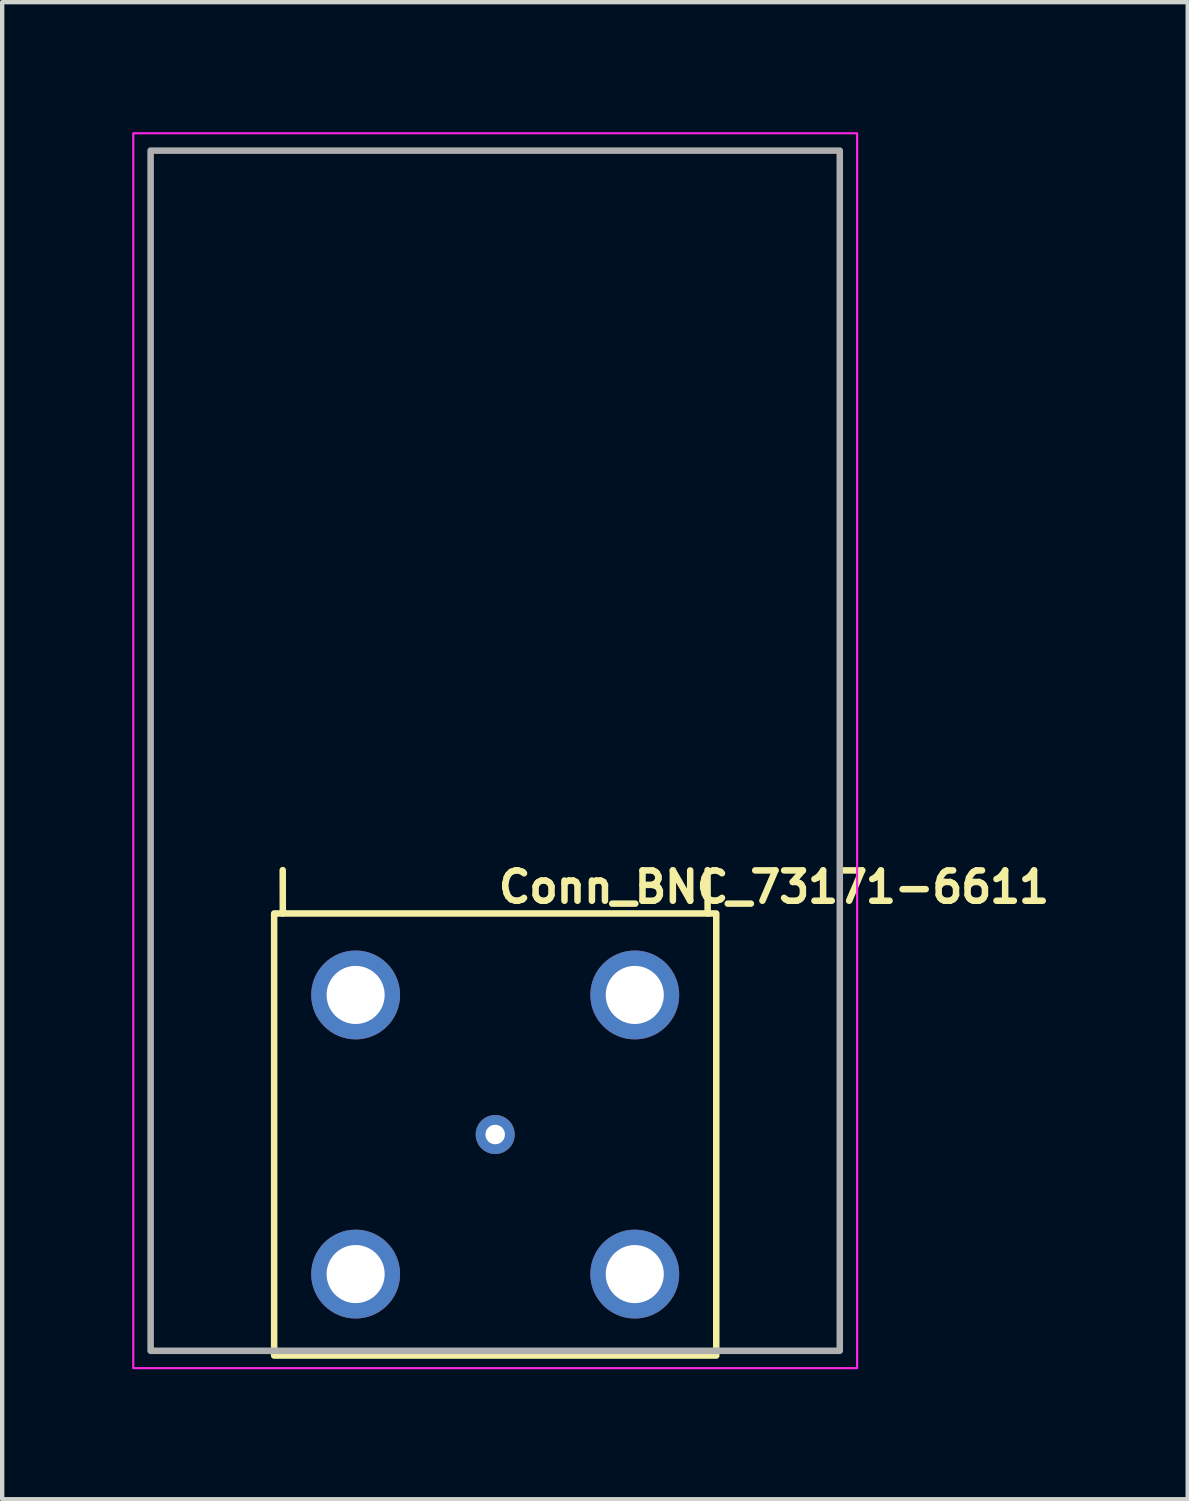
<source format=kicad_pcb>
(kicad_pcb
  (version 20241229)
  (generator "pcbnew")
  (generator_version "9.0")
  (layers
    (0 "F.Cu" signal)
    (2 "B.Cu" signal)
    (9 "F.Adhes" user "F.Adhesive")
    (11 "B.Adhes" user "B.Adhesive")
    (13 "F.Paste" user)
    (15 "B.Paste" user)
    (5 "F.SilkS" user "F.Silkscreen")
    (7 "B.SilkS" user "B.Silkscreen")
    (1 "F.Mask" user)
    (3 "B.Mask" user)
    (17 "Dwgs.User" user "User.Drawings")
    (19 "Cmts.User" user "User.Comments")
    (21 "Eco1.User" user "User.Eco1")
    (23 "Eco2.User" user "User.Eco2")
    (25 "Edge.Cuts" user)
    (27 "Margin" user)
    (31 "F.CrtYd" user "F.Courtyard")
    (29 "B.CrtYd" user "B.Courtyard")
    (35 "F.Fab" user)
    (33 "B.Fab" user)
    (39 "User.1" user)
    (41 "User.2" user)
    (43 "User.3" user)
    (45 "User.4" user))
  (footprint "Conn_BNC_73171-6611"
    (layer "F.Cu")
    (at 8.375 23.125)
    (property "Reference" "Conn_BNC_73171-6611" (at 0 -5.3 0) (unlocked yes) (layer "F.SilkS") (effects (font (size 0.7 0.7) (thickness 0.15)) (justify left bottom)))
    (attr through_hole)
    (fp_line (start -4.9 -5.1) (end -4.902 -6.1) (stroke (width 0.15) (type solid)) (layer "F.SilkS"))
    (fp_line (start 4.901 -5.1) (end 4.899 -6.1) (stroke (width 0.15) (type solid)) (layer "F.SilkS"))
    (fp_rect (start -5.1 -5.1) (end 5.1 5.1) (stroke (width 0.15) (type default)) (fill no) (layer "F.SilkS"))
    (fp_rect (start -8.35 -23.1) (end 8.35 5.39) (stroke (width 0.05) (type solid)) (fill no) (layer "F.CrtYd"))
    (fp_rect (start -7.95 -22.7) (end 7.95 4.99) (stroke (width 0.15) (type solid)) (fill no) (layer "F.Fab"))
    (fp_rect (start -7.95 -22.7) (end 7.95 4.99) (stroke (width 0.1) (type solid)) (fill no) (layer "User.5"))
    (fp_line (start -7.95 -9.354) (end -7.95 -8.854) (stroke (width 0.02) (type solid)) (layer "User.9"))
    (fp_line (start -7.95 -9.354) (end -7.9 -9.354) (stroke (width 0.02) (type solid)) (layer "User.9"))
    (fp_line (start -7.95 -8.854) (end -7.9 -8.854) (stroke (width 0.02) (type solid)) (layer "User.9"))
    (fp_line (start -7.9 -9.354) (end -7.751 -9.354) (stroke (width 0.02) (type solid)) (layer "User.9"))
    (fp_line (start -7.9 -8.854) (end -7.751 -8.854) (stroke (width 0.02) (type solid)) (layer "User.9"))
    (fp_line (start -7.751 -9.354) (end -7.504 -9.354) (stroke (width 0.02) (type solid)) (layer "User.9"))
    (fp_line (start -7.751 -8.854) (end -7.504 -8.854) (stroke (width 0.02) (type solid)) (layer "User.9"))
    (fp_line (start -7.504 -9.354) (end -7.163 -9.354) (stroke (width 0.02) (type solid)) (layer "User.9"))
    (fp_line (start -7.504 -8.854) (end -7.163 -8.854) (stroke (width 0.02) (type solid)) (layer "User.9"))
    (fp_line (start -7.163 -9.354) (end -6.731 -9.354) (stroke (width 0.02) (type solid)) (layer "User.9"))
    (fp_line (start -7.163 -8.854) (end -6.731 -8.854) (stroke (width 0.02) (type solid)) (layer "User.9"))
    (fp_line (start -7.112 -10.838) (end -7.112 -10.838) (stroke (width 0.02) (type solid)) (layer "User.9"))
    (fp_line (start -7.112 -10.838) (end -7.112 -9.354) (stroke (width 0.02) (type solid)) (layer "User.9"))
    (fp_line (start -7.112 -10.838) (end -7.111 -10.838) (stroke (width 0.02) (type solid)) (layer "User.9"))
    (fp_line (start -7.111 -10.838) (end -7.11 -10.838) (stroke (width 0.02) (type solid)) (layer "User.9"))
    (fp_line (start -7.11 -10.838) (end -7.108 -10.838) (stroke (width 0.02) (type solid)) (layer "User.9"))
    (fp_line (start -7.108 -10.838) (end -7.106 -10.838) (stroke (width 0.02) (type solid)) (layer "User.9"))
    (fp_line (start -7.106 -10.838) (end -7.103 -10.838) (stroke (width 0.02) (type solid)) (layer "User.9"))
    (fp_line (start -7.103 -10.838) (end -7.1 -10.838) (stroke (width 0.02) (type solid)) (layer "User.9"))
    (fp_line (start -7.1 -10.838) (end -7.097 -10.838) (stroke (width 0.02) (type solid)) (layer "User.9"))
    (fp_line (start -7.097 -10.838) (end -7.093 -10.838) (stroke (width 0.02) (type solid)) (layer "User.9"))
    (fp_line (start -7.093 -10.838) (end -7.088 -10.838) (stroke (width 0.02) (type solid)) (layer "User.9"))
    (fp_line (start -7.088 -10.838) (end -7.083 -10.838) (stroke (width 0.02) (type solid)) (layer "User.9"))
    (fp_line (start -7.083 -10.838) (end -7.078 -10.838) (stroke (width 0.02) (type solid)) (layer "User.9"))
    (fp_line (start -7.078 -10.838) (end -7.072 -10.838) (stroke (width 0.02) (type solid)) (layer "User.9"))
    (fp_line (start -7.072 -10.838) (end -7.065 -10.838) (stroke (width 0.02) (type solid)) (layer "User.9"))
    (fp_line (start -7.065 -11.854) (end -7.065 -10.838) (stroke (width 0.02) (type solid)) (layer "User.9"))
    (fp_line (start -7.065 -11.854) (end -6.943 -11.854) (stroke (width 0.02) (type solid)) (layer "User.9"))
    (fp_line (start -6.985 -7.33) (end -6.97 -7.33) (stroke (width 0.02) (type solid)) (layer "User.9"))
    (fp_line (start -6.985 -6.44) (end -6.985 -7.33) (stroke (width 0.02) (type solid)) (layer "User.9"))
    (fp_line (start -6.985 -6.44) (end -6.97 -6.44) (stroke (width 0.02) (type solid)) (layer "User.9"))
    (fp_line (start -6.97 -7.33) (end -6.926 -7.33) (stroke (width 0.02) (type solid)) (layer "User.9"))
    (fp_line (start -6.97 -6.44) (end -6.926 -6.44) (stroke (width 0.02) (type solid)) (layer "User.9"))
    (fp_line (start -6.967 -8.854) (end -6.487 -8.568) (stroke (width 0.02) (type solid)) (layer "User.9"))
    (fp_line (start -6.943 -11.854) (end -6.745 -11.854) (stroke (width 0.02) (type solid)) (layer "User.9"))
    (fp_line (start -6.926 -7.33) (end -6.853 -7.33) (stroke (width 0.02) (type solid)) (layer "User.9"))
    (fp_line (start -6.926 -6.44) (end -6.853 -6.44) (stroke (width 0.02) (type solid)) (layer "User.9"))
    (fp_line (start -6.853 -7.33) (end -6.751 -7.33) (stroke (width 0.02) (type solid)) (layer "User.9"))
    (fp_line (start -6.853 -6.44) (end -6.751 -6.44) (stroke (width 0.02) (type solid)) (layer "User.9"))
    (fp_line (start -6.751 -7.33) (end -6.62 -7.33) (stroke (width 0.02) (type solid)) (layer "User.9"))
    (fp_line (start -6.751 -6.44) (end -6.62 -6.44) (stroke (width 0.02) (type solid)) (layer "User.9"))
    (fp_line (start -6.745 -11.854) (end -6.475 -11.854) (stroke (width 0.02) (type solid)) (layer "User.9"))
    (fp_line (start -6.731 -9.354) (end -6.216 -9.354) (stroke (width 0.02) (type solid)) (layer "User.9"))
    (fp_line (start -6.731 -8.854) (end -6.216 -8.854) (stroke (width 0.02) (type solid)) (layer "User.9"))
    (fp_line (start -6.62 -7.33) (end -6.462 -7.33) (stroke (width 0.02) (type solid)) (layer "User.9"))
    (fp_line (start -6.62 -6.44) (end -6.462 -6.44) (stroke (width 0.02) (type solid)) (layer "User.9"))
    (fp_line (start -6.475 -11.854) (end -6.134 -11.854) (stroke (width 0.02) (type solid)) (layer "User.9"))
    (fp_line (start -6.462 -7.33) (end -6.276 -7.33) (stroke (width 0.02) (type solid)) (layer "User.9"))
    (fp_line (start -6.462 -6.44) (end -6.276 -6.44) (stroke (width 0.02) (type solid)) (layer "User.9"))
    (fp_line (start -6.423 -8.533) (end -6.487 -8.568) (stroke (width 0.02) (type solid)) (layer "User.9"))
    (fp_line (start -6.394 -8.521) (end -6.423 -8.533) (stroke (width 0.02) (type solid)) (layer "User.9"))
    (fp_line (start -6.367 -8.513) (end -6.394 -8.521) (stroke (width 0.02) (type solid)) (layer "User.9"))
    (fp_line (start -6.35 -8.509) (end -6.35 -7.33) (stroke (width 0.02) (type solid)) (layer "User.9"))
    (fp_line (start -6.342 -8.508) (end -6.367 -8.513) (stroke (width 0.02) (type solid)) (layer "User.9"))
    (fp_line (start -6.321 -8.51) (end -6.342 -8.508) (stroke (width 0.02) (type solid)) (layer "User.9"))
    (fp_line (start -6.313 -8.513) (end -6.321 -8.51) (stroke (width 0.02) (type solid)) (layer "User.9"))
    (fp_line (start -6.306 -8.518) (end -6.313 -8.513) (stroke (width 0.02) (type solid)) (layer "User.9"))
    (fp_line (start -6.301 -8.523) (end -6.306 -8.518) (stroke (width 0.02) (type solid)) (layer "User.9"))
    (fp_line (start -6.298 -8.531) (end -6.301 -8.523) (stroke (width 0.02) (type solid)) (layer "User.9"))
    (fp_line (start -6.298 -8.531) (end -6.274 -8.611) (stroke (width 0.02) (type solid)) (layer "User.9"))
    (fp_line (start -6.276 -7.33) (end -6.064 -7.33) (stroke (width 0.02) (type solid)) (layer "User.9"))
    (fp_line (start -6.276 -6.44) (end -6.064 -6.44) (stroke (width 0.02) (type solid)) (layer "User.9"))
    (fp_line (start -6.274 -8.611) (end -6.245 -8.692) (stroke (width 0.02) (type solid)) (layer "User.9"))
    (fp_line (start -6.245 -8.692) (end -6.209 -8.773) (stroke (width 0.02) (type solid)) (layer "User.9"))
    (fp_line (start -6.22 -8.75) (end -6.189 -8.75) (stroke (width 0.02) (type solid)) (layer "User.9"))
    (fp_line (start -6.216 -9.354) (end -5.621 -9.354) (stroke (width 0.02) (type solid)) (layer "User.9"))
    (fp_line (start -6.216 -8.854) (end -5.621 -8.854) (stroke (width 0.02) (type solid)) (layer "User.9"))
    (fp_line (start -6.209 -8.773) (end -6.168 -8.854) (stroke (width 0.02) (type solid)) (layer "User.9"))
    (fp_line (start -6.189 -8.75) (end -6.156 -8.75) (stroke (width 0.02) (type solid)) (layer "User.9"))
    (fp_line (start -6.156 -8.75) (end -6.119 -8.75) (stroke (width 0.02) (type solid)) (layer "User.9"))
    (fp_line (start -6.134 -11.854) (end -5.727 -11.854) (stroke (width 0.02) (type solid)) (layer "User.9"))
    (fp_line (start -6.119 -8.75) (end -6.08 -8.75) (stroke (width 0.02) (type solid)) (layer "User.9"))
    (fp_line (start -6.08 -8.75) (end -6.037 -8.75) (stroke (width 0.02) (type solid)) (layer "User.9"))
    (fp_line (start -6.064 -7.33) (end -5.826 -7.33) (stroke (width 0.02) (type solid)) (layer "User.9"))
    (fp_line (start -6.064 -6.44) (end -5.826 -6.44) (stroke (width 0.02) (type solid)) (layer "User.9"))
    (fp_line (start -6.037 -8.75) (end -5.991 -8.75) (stroke (width 0.02) (type solid)) (layer "User.9"))
    (fp_line (start -5.991 -8.75) (end -5.942 -8.75) (stroke (width 0.02) (type solid)) (layer "User.9"))
    (fp_line (start -5.942 -8.75) (end -5.891 -8.75) (stroke (width 0.02) (type solid)) (layer "User.9"))
    (fp_line (start -5.891 -8.75) (end -5.836 -8.75) (stroke (width 0.02) (type solid)) (layer "User.9"))
    (fp_line (start -5.858 -8.854) (end -5.677 -8.844) (stroke (width 0.02) (type solid)) (layer "User.9"))
    (fp_line (start -5.836 -8.75) (end -5.778 -8.75) (stroke (width 0.02) (type solid)) (layer "User.9"))
    (fp_line (start -5.826 -7.33) (end -5.564 -7.33) (stroke (width 0.02) (type solid)) (layer "User.9"))
    (fp_line (start -5.826 -6.44) (end -5.564 -6.44) (stroke (width 0.02) (type solid)) (layer "User.9"))
    (fp_line (start -5.795 -11.98) (end -5.921 -11.854) (stroke (width 0.02) (type solid)) (layer "User.9"))
    (fp_line (start -5.778 -8.75) (end -5.718 -8.75) (stroke (width 0.02) (type solid)) (layer "User.9"))
    (fp_line (start -5.772 -11.98) (end -5.795 -11.98) (stroke (width 0.02) (type solid)) (layer "User.9"))
    (fp_line (start -5.727 -11.854) (end -5.258 -11.854) (stroke (width 0.02) (type solid)) (layer "User.9"))
    (fp_line (start -5.718 -8.75) (end -5.654 -8.75) (stroke (width 0.02) (type solid)) (layer "User.9"))
    (fp_line (start -5.702 -11.98) (end -5.772 -11.98) (stroke (width 0.02) (type solid)) (layer "User.9"))
    (fp_line (start -5.695 -8.854) (end -5.21 -8.568) (stroke (width 0.02) (type solid)) (layer "User.9"))
    (fp_line (start -5.654 -8.75) (end -5.588 -8.75) (stroke (width 0.02) (type solid)) (layer "User.9"))
    (fp_line (start -5.621 -9.354) (end -4.957 -9.354) (stroke (width 0.02) (type solid)) (layer "User.9"))
    (fp_line (start -5.621 -8.854) (end -4.957 -8.854) (stroke (width 0.02) (type solid)) (layer "User.9"))
    (fp_line (start -5.588 -8.75) (end -5.519 -8.75) (stroke (width 0.02) (type solid)) (layer "User.9"))
    (fp_line (start -5.586 -11.98) (end -5.702 -11.98) (stroke (width 0.02) (type solid)) (layer "User.9"))
    (fp_line (start -5.564 -7.33) (end -5.278 -7.33) (stroke (width 0.02) (type solid)) (layer "User.9"))
    (fp_line (start -5.564 -6.44) (end -5.278 -6.44) (stroke (width 0.02) (type solid)) (layer "User.9"))
    (fp_line (start -5.426 -11.98) (end -5.586 -11.98) (stroke (width 0.02) (type solid)) (layer "User.9"))
    (fp_line (start -5.278 -7.33) (end -4.97 -7.33) (stroke (width 0.02) (type solid)) (layer "User.9"))
    (fp_line (start -5.278 -6.44) (end -4.97 -6.44) (stroke (width 0.02) (type solid)) (layer "User.9"))
    (fp_line (start -5.258 -11.854) (end -4.733 -11.854) (stroke (width 0.02) (type solid)) (layer "User.9"))
    (fp_line (start -5.222 -11.98) (end -5.426 -11.98) (stroke (width 0.02) (type solid)) (layer "User.9"))
    (fp_line (start -5.175 -8.549) (end -5.21 -8.568) (stroke (width 0.02) (type solid)) (layer "User.9"))
    (fp_line (start -5.141 -8.533) (end -5.175 -8.549) (stroke (width 0.02) (type solid)) (layer "User.9"))
    (fp_line (start -5.106 -8.521) (end -5.141 -8.533) (stroke (width 0.02) (type solid)) (layer "User.9"))
    (fp_line (start -5.072 -8.513) (end -5.106 -8.521) (stroke (width 0.02) (type solid)) (layer "User.9"))
    (fp_line (start -5.035 -8.508) (end -5.072 -8.513) (stroke (width 0.02) (type solid)) (layer "User.9"))
    (fp_line (start -5.002 -8.51) (end -5.035 -8.508) (stroke (width 0.02) (type solid)) (layer "User.9"))
    (fp_line (start -5 -5.006) (end 0 -5.006) (stroke (width 0.02) (type solid)) (layer "User.9"))
    (fp_line (start -5 4.99) (end -5 -5.006) (stroke (width 0.02) (type solid)) (layer "User.9"))
    (fp_line (start -4.976 -11.98) (end -5.222 -11.98) (stroke (width 0.02) (type solid)) (layer "User.9"))
    (fp_line (start -4.973 -8.518) (end -5.002 -8.51) (stroke (width 0.02) (type solid)) (layer "User.9"))
    (fp_line (start -4.97 -7.33) (end -4.641 -7.33) (stroke (width 0.02) (type solid)) (layer "User.9"))
    (fp_line (start -4.97 -6.44) (end -4.641 -6.44) (stroke (width 0.02) (type solid)) (layer "User.9"))
    (fp_line (start -4.957 -9.354) (end -4.23 -9.354) (stroke (width 0.02) (type solid)) (layer "User.9"))
    (fp_line (start -4.957 -8.854) (end -4.23 -8.854) (stroke (width 0.02) (type solid)) (layer "User.9"))
    (fp_line (start -4.949 -8.531) (end -4.973 -8.518) (stroke (width 0.02) (type solid)) (layer "User.9"))
    (fp_line (start -4.949 -8.531) (end -4.84 -8.611) (stroke (width 0.02) (type solid)) (layer "User.9"))
    (fp_line (start -4.84 -8.611) (end -4.727 -8.692) (stroke (width 0.02) (type solid)) (layer "User.9"))
    (fp_line (start -4.826 -19.61) (end -4.826 -22.7) (stroke (width 0.02) (type solid)) (layer "User.9"))
    (fp_line (start -4.826 -17.31) (end -4.807 -17.31) (stroke (width 0.02) (type solid)) (layer "User.9"))
    (fp_line (start -4.826 -17.31) (end -4.805 -17.453) (stroke (width 0.02) (type solid)) (layer "User.9"))
    (fp_line (start -4.826 -11.98) (end -4.826 -17.31) (stroke (width 0.02) (type solid)) (layer "User.9"))
    (fp_line (start -4.826 -6.44) (end -4.826 -5.006) (stroke (width 0.02) (type solid)) (layer "User.9"))
    (fp_line (start -4.807 -19.61) (end -4.826 -19.61) (stroke (width 0.02) (type solid)) (layer "User.9"))
    (fp_line (start -4.807 -17.31) (end -4.752 -17.31) (stroke (width 0.02) (type solid)) (layer "User.9"))
    (fp_line (start -4.805 -19.467) (end -4.826 -19.61) (stroke (width 0.02) (type solid)) (layer "User.9"))
    (fp_line (start -4.805 -17.453) (end -4.787 -17.596) (stroke (width 0.02) (type solid)) (layer "User.9"))
    (fp_line (start -4.787 -19.324) (end -4.805 -19.467) (stroke (width 0.02) (type solid)) (layer "User.9"))
    (fp_line (start -4.787 -17.596) (end -4.772 -17.74) (stroke (width 0.02) (type solid)) (layer "User.9"))
    (fp_line (start -4.772 -19.18) (end -4.787 -19.324) (stroke (width 0.02) (type solid)) (layer "User.9"))
    (fp_line (start -4.772 -17.74) (end -4.76 -17.883) (stroke (width 0.02) (type solid)) (layer "User.9"))
    (fp_line (start -4.76 -19.037) (end -4.772 -19.18) (stroke (width 0.02) (type solid)) (layer "User.9"))
    (fp_line (start -4.76 -17.883) (end -4.75 -18.027) (stroke (width 0.02) (type solid)) (layer "User.9"))
    (fp_line (start -4.752 -19.61) (end -4.807 -19.61) (stroke (width 0.02) (type solid)) (layer "User.9"))
    (fp_line (start -4.752 -17.31) (end -4.66 -17.31) (stroke (width 0.02) (type solid)) (layer "User.9"))
    (fp_line (start -4.75 -18.893) (end -4.76 -19.037) (stroke (width 0.02) (type solid)) (layer "User.9"))
    (fp_line (start -4.75 -18.027) (end -4.743 -18.171) (stroke (width 0.02) (type solid)) (layer "User.9"))
    (fp_line (start -4.743 -18.749) (end -4.75 -18.893) (stroke (width 0.02) (type solid)) (layer "User.9"))
    (fp_line (start -4.743 -18.171) (end -4.739 -18.316) (stroke (width 0.02) (type solid)) (layer "User.9"))
    (fp_line (start -4.739 -18.604) (end -4.743 -18.749) (stroke (width 0.02) (type solid)) (layer "User.9"))
    (fp_line (start -4.739 -18.316) (end -4.737 -18.46) (stroke (width 0.02) (type solid)) (layer "User.9"))
    (fp_line (start -4.737 -18.46) (end -4.739 -18.604) (stroke (width 0.02) (type solid)) (layer "User.9"))
    (fp_line (start -4.733 -11.854) (end -4.156 -11.854) (stroke (width 0.02) (type solid)) (layer "User.9"))
    (fp_line (start -4.727 -8.692) (end -4.609 -8.773) (stroke (width 0.02) (type solid)) (layer "User.9"))
    (fp_line (start -4.705 -22.7) (end -4.826 -22.7) (stroke (width 0.02) (type solid)) (layer "User.9"))
    (fp_line (start -4.69 -11.98) (end -4.976 -11.98) (stroke (width 0.02) (type solid)) (layer "User.9"))
    (fp_line (start -4.66 -19.61) (end -4.752 -19.61) (stroke (width 0.02) (type solid)) (layer "User.9"))
    (fp_line (start -4.66 -17.31) (end -4.532 -17.31) (stroke (width 0.02) (type solid)) (layer "User.9"))
    (fp_line (start -4.643 -8.75) (end -4.549 -8.75) (stroke (width 0.02) (type solid)) (layer "User.9"))
    (fp_line (start -4.641 -7.33) (end -4.293 -7.33) (stroke (width 0.02) (type solid)) (layer "User.9"))
    (fp_line (start -4.641 -6.44) (end -4.293 -6.44) (stroke (width 0.02) (type solid)) (layer "User.9"))
    (fp_line (start -4.609 -8.773) (end -4.487 -8.854) (stroke (width 0.02) (type solid)) (layer "User.9"))
    (fp_line (start -4.571 -8.798) (end -3.845 -8.776) (stroke (width 0.02) (type solid)) (layer "User.9"))
    (fp_line (start -4.549 -8.75) (end -4.453 -8.75) (stroke (width 0.02) (type solid)) (layer "User.9"))
    (fp_line (start -4.532 -19.61) (end -4.66 -19.61) (stroke (width 0.02) (type solid)) (layer "User.9"))
    (fp_line (start -4.532 -17.31) (end -4.369 -17.31) (stroke (width 0.02) (type solid)) (layer "User.9"))
    (fp_line (start -4.453 -8.75) (end -4.355 -8.75) (stroke (width 0.02) (type solid)) (layer "User.9"))
    (fp_line (start -4.369 -19.61) (end -4.532 -19.61) (stroke (width 0.02) (type solid)) (layer "User.9"))
    (fp_line (start -4.369 -17.31) (end -4.173 -17.31) (stroke (width 0.02) (type solid)) (layer "User.9"))
    (fp_line (start -4.366 -11.98) (end -4.69 -11.98) (stroke (width 0.02) (type solid)) (layer "User.9"))
    (fp_line (start -4.355 -8.75) (end -4.255 -8.75) (stroke (width 0.02) (type solid)) (layer "User.9"))
    (fp_line (start -4.348 -22.7) (end -4.705 -22.7) (stroke (width 0.02) (type solid)) (layer "User.9"))
    (fp_line (start -4.293 -6.44) (end -4.293 -7.33) (stroke (width 0.02) (type solid)) (layer "User.9"))
    (fp_line (start -4.293 -6.44) (end 4.293 -6.44) (stroke (width 0.02) (type solid)) (layer "User.9"))
    (fp_line (start -4.255 -8.75) (end -4.153 -8.75) (stroke (width 0.02) (type solid)) (layer "User.9"))
    (fp_line (start -4.23 -9.354) (end -3.449 -9.354) (stroke (width 0.02) (type solid)) (layer "User.9"))
    (fp_line (start -4.23 -8.854) (end -3.449 -8.854) (stroke (width 0.02) (type solid)) (layer "User.9"))
    (fp_line (start -4.173 -19.61) (end -4.369 -19.61) (stroke (width 0.02) (type solid)) (layer "User.9"))
    (fp_line (start -4.173 -17.31) (end -3.945 -17.31) (stroke (width 0.02) (type solid)) (layer "User.9"))
    (fp_line (start -4.156 -11.854) (end -3.534 -11.854) (stroke (width 0.02) (type solid)) (layer "User.9"))
    (fp_line (start -4.153 -8.75) (end -4.049 -8.75) (stroke (width 0.02) (type solid)) (layer "User.9"))
    (fp_line (start -4.049 -8.75) (end -3.944 -8.75) (stroke (width 0.02) (type solid)) (layer "User.9"))
    (fp_line (start -4.007 -11.98) (end -4.366 -11.98) (stroke (width 0.02) (type solid)) (layer "User.9"))
    (fp_line (start -3.945 -19.61) (end -4.173 -19.61) (stroke (width 0.02) (type solid)) (layer "User.9"))
    (fp_line (start -3.945 -17.31) (end -3.686 -17.31) (stroke (width 0.02) (type solid)) (layer "User.9"))
    (fp_line (start -3.944 -8.75) (end -3.836 -8.75) (stroke (width 0.02) (type solid)) (layer "User.9"))
    (fp_line (start -3.845 -8.776) (end -3.034 -8.754) (stroke (width 0.02) (type solid)) (layer "User.9"))
    (fp_line (start -3.836 -8.75) (end -3.727 -8.75) (stroke (width 0.02) (type solid)) (layer "User.9"))
    (fp_line (start -3.773 -22.7) (end -4.348 -22.7) (stroke (width 0.02) (type solid)) (layer "User.9"))
    (fp_line (start -3.727 -8.75) (end -3.616 -8.75) (stroke (width 0.02) (type solid)) (layer "User.9"))
    (fp_line (start -3.686 -19.61) (end -3.945 -19.61) (stroke (width 0.02) (type solid)) (layer "User.9"))
    (fp_line (start -3.686 -17.31) (end -3.399 -17.31) (stroke (width 0.02) (type solid)) (layer "User.9"))
    (fp_line (start -3.616 -11.98) (end -4.007 -11.98) (stroke (width 0.02) (type solid)) (layer "User.9"))
    (fp_line (start -3.616 -8.75) (end -3.504 -8.75) (stroke (width 0.02) (type solid)) (layer "User.9"))
    (fp_line (start -3.534 -11.854) (end -2.874 -11.854) (stroke (width 0.02) (type solid)) (layer "User.9"))
    (fp_line (start -3.504 -8.75) (end -3.389 -8.75) (stroke (width 0.02) (type solid)) (layer "User.9"))
    (fp_line (start -3.449 -9.354) (end -2.626 -9.354) (stroke (width 0.02) (type solid)) (layer "User.9"))
    (fp_line (start -3.449 -8.854) (end -2.626 -8.854) (stroke (width 0.02) (type solid)) (layer "User.9"))
    (fp_line (start -3.399 -19.61) (end -3.686 -19.61) (stroke (width 0.02) (type solid)) (layer "User.9"))
    (fp_line (start -3.399 -17.31) (end -3.086 -17.31) (stroke (width 0.02) (type solid)) (layer "User.9"))
    (fp_line (start -3.389 -8.75) (end -3.274 -8.75) (stroke (width 0.02) (type solid)) (layer "User.9"))
    (fp_line (start -3.274 -8.75) (end -3.156 -8.75) (stroke (width 0.02) (type solid)) (layer "User.9"))
    (fp_line (start -3.195 -11.98) (end -3.616 -11.98) (stroke (width 0.02) (type solid)) (layer "User.9"))
    (fp_line (start -3.156 -8.75) (end -3.156 -7.33) (stroke (width 0.02) (type solid)) (layer "User.9"))
    (fp_line (start -3.156 -8.75) (end -3.034 -8.75) (stroke (width 0.02) (type solid)) (layer "User.9"))
    (fp_line (start -3.156 -7.33) (end -4.293 -7.33) (stroke (width 0.02) (type solid)) (layer "User.9"))
    (fp_line (start -3.086 -19.61) (end -3.399 -19.61) (stroke (width 0.02) (type solid)) (layer "User.9"))
    (fp_line (start -3.086 -17.31) (end -2.749 -17.31) (stroke (width 0.02) (type solid)) (layer "User.9"))
    (fp_line (start -3.034 -8.75) (end -3.034 -8.754) (stroke (width 0.02) (type solid)) (layer "User.9"))
    (fp_line (start -3.009 -22.7) (end -3.773 -22.7) (stroke (width 0.02) (type solid)) (layer "User.9"))
    (fp_line (start -2.896 -8.854) (end -2.537 -8.568) (stroke (width 0.02) (type solid)) (layer "User.9"))
    (fp_line (start -2.874 -11.854) (end -2.183 -11.854) (stroke (width 0.02) (type solid)) (layer "User.9"))
    (fp_line (start -2.833 -8.804) (end -3.034 -8.754) (stroke (width 0.02) (type solid)) (layer "User.9"))
    (fp_line (start -2.749 -19.61) (end -3.086 -19.61) (stroke (width 0.02) (type solid)) (layer "User.9"))
    (fp_line (start -2.749 -17.31) (end -2.391 -17.31) (stroke (width 0.02) (type solid)) (layer "User.9"))
    (fp_line (start -2.749 -11.98) (end -3.195 -11.98) (stroke (width 0.02) (type solid)) (layer "User.9"))
    (fp_line (start -2.626 -9.354) (end -1.769 -9.354) (stroke (width 0.02) (type solid)) (layer "User.9"))
    (fp_line (start -2.626 -8.854) (end -1.769 -8.854) (stroke (width 0.02) (type solid)) (layer "User.9"))
    (fp_line (start -2.51 -8.549) (end -2.537 -8.568) (stroke (width 0.02) (type solid)) (layer "User.9"))
    (fp_line (start -2.481 -8.533) (end -2.51 -8.549) (stroke (width 0.02) (type solid)) (layer "User.9"))
    (fp_line (start -2.45 -8.521) (end -2.481 -8.533) (stroke (width 0.02) (type solid)) (layer "User.9"))
    (fp_line (start -2.417 -8.513) (end -2.45 -8.521) (stroke (width 0.02) (type solid)) (layer "User.9"))
    (fp_line (start -2.391 -19.61) (end -2.749 -19.61) (stroke (width 0.02) (type solid)) (layer "User.9"))
    (fp_line (start -2.391 -17.31) (end -2.015 -17.31) (stroke (width 0.02) (type solid)) (layer "User.9"))
    (fp_line (start -2.38 -8.508) (end -2.417 -8.513) (stroke (width 0.02) (type solid)) (layer "User.9"))
    (fp_line (start -2.343 -8.51) (end -2.38 -8.508) (stroke (width 0.02) (type solid)) (layer "User.9"))
    (fp_line (start -2.306 -8.518) (end -2.343 -8.51) (stroke (width 0.02) (type solid)) (layer "User.9"))
    (fp_line (start -2.281 -11.98) (end -2.749 -11.98) (stroke (width 0.02) (type solid)) (layer "User.9"))
    (fp_line (start -2.273 -8.531) (end -2.306 -8.518) (stroke (width 0.02) (type solid)) (layer "User.9"))
    (fp_line (start -2.273 -8.531) (end -1.942 -8.692) (stroke (width 0.02) (type solid)) (layer "User.9"))
    (fp_line (start -2.183 -11.854) (end -1.469 -11.854) (stroke (width 0.02) (type solid)) (layer "User.9"))
    (fp_line (start -2.168 -11.854) (end -2.111 -11.874) (stroke (width 0.02) (type solid)) (layer "User.9"))
    (fp_line (start -2.111 -11.874) (end -1.954 -11.929) (stroke (width 0.02) (type solid)) (layer "User.9"))
    (fp_line (start -2.094 -22.7) (end -3.009 -22.7) (stroke (width 0.02) (type solid)) (layer "User.9"))
    (fp_line (start -2.015 -19.61) (end -2.391 -19.61) (stroke (width 0.02) (type solid)) (layer "User.9"))
    (fp_line (start -2.015 -17.31) (end -1.623 -17.31) (stroke (width 0.02) (type solid)) (layer "User.9"))
    (fp_line (start -1.954 -11.929) (end -1.795 -11.98) (stroke (width 0.02) (type solid)) (layer "User.9"))
    (fp_line (start -1.942 -8.692) (end -1.604 -8.854) (stroke (width 0.02) (type solid)) (layer "User.9"))
    (fp_line (start -1.795 -11.98) (end -2.281 -11.98) (stroke (width 0.02) (type solid)) (layer "User.9"))
    (fp_line (start -1.769 -9.354) (end -0.89 -9.354) (stroke (width 0.02) (type solid)) (layer "User.9"))
    (fp_line (start -1.769 -8.854) (end -0.89 -8.854) (stroke (width 0.02) (type solid)) (layer "User.9"))
    (fp_line (start -1.623 -20.194) (end -1.524 -20.282) (stroke (width 0.02) (type solid)) (layer "User.9"))
    (fp_line (start -1.623 -19.61) (end -2.015 -19.61) (stroke (width 0.02) (type solid)) (layer "User.9"))
    (fp_line (start -1.623 -19.61) (end -1.623 -20.194) (stroke (width 0.02) (type solid)) (layer "User.9"))
    (fp_line (start -1.623 -17.31) (end -1.555 -17.464) (stroke (width 0.02) (type solid)) (layer "User.9"))
    (fp_line (start -1.623 -16.726) (end -1.623 -17.31) (stroke (width 0.02) (type solid)) (layer "User.9"))
    (fp_line (start -1.556 -19.456) (end -1.623 -19.61) (stroke (width 0.02) (type solid)) (layer "User.9"))
    (fp_line (start -1.555 -17.464) (end -1.497 -17.615) (stroke (width 0.02) (type solid)) (layer "User.9"))
    (fp_line (start -1.541 -16.653) (end -1.623 -16.726) (stroke (width 0.02) (type solid)) (layer "User.9"))
    (fp_line (start -1.524 -20.282) (end -1.426 -20.36) (stroke (width 0.02) (type solid)) (layer "User.9"))
    (fp_line (start -1.52 -20.285) (end -1.623 -20.194) (stroke (width 0.02) (type solid)) (layer "User.9"))
    (fp_line (start -1.497 -19.306) (end -1.556 -19.456) (stroke (width 0.02) (type solid)) (layer "User.9"))
    (fp_line (start -1.497 -17.615) (end -1.448 -17.763) (stroke (width 0.02) (type solid)) (layer "User.9"))
    (fp_line (start -1.469 -11.854) (end -0.738 -11.854) (stroke (width 0.02) (type solid)) (layer "User.9"))
    (fp_line (start -1.455 -16.583) (end -1.541 -16.653) (stroke (width 0.02) (type solid)) (layer "User.9"))
    (fp_line (start -1.448 -19.158) (end -1.497 -19.306) (stroke (width 0.02) (type solid)) (layer "User.9"))
    (fp_line (start -1.448 -17.763) (end -1.408 -17.909) (stroke (width 0.02) (type solid)) (layer "User.9"))
    (fp_line (start -1.426 -20.36) (end -1.328 -20.429) (stroke (width 0.02) (type solid)) (layer "User.9"))
    (fp_line (start -1.412 -20.37) (end -1.52 -20.285) (stroke (width 0.02) (type solid)) (layer "User.9"))
    (fp_line (start -1.408 -19.013) (end -1.448 -19.158) (stroke (width 0.02) (type solid)) (layer "User.9"))
    (fp_line (start -1.408 -17.909) (end -1.391 -17.98) (stroke (width 0.02) (type solid)) (layer "User.9"))
    (fp_line (start -1.391 -18.941) (end -1.408 -19.013) (stroke (width 0.02) (type solid)) (layer "User.9"))
    (fp_line (start -1.391 -17.98) (end -1.376 -18.051) (stroke (width 0.02) (type solid)) (layer "User.9"))
    (fp_line (start -1.377 -18.871) (end -1.391 -18.941) (stroke (width 0.02) (type solid)) (layer "User.9"))
    (fp_line (start -1.376 -18.051) (end -1.364 -18.122) (stroke (width 0.02) (type solid)) (layer "User.9"))
    (fp_line (start -1.366 -16.517) (end -1.455 -16.583) (stroke (width 0.02) (type solid)) (layer "User.9"))
    (fp_line (start -1.364 -18.801) (end -1.377 -18.871) (stroke (width 0.02) (type solid)) (layer "User.9"))
    (fp_line (start -1.364 -18.122) (end -1.354 -18.191) (stroke (width 0.02) (type solid)) (layer "User.9"))
    (fp_line (start -1.354 -18.731) (end -1.364 -18.801) (stroke (width 0.02) (type solid)) (layer "User.9"))
    (fp_line (start -1.354 -18.191) (end -1.346 -18.26) (stroke (width 0.02) (type solid)) (layer "User.9"))
    (fp_line (start -1.346 -18.663) (end -1.354 -18.731) (stroke (width 0.02) (type solid)) (layer "User.9"))
    (fp_line (start -1.346 -18.26) (end -1.34 -18.328) (stroke (width 0.02) (type solid)) (layer "User.9"))
    (fp_line (start -1.341 -18.595) (end -1.346 -18.663) (stroke (width 0.02) (type solid)) (layer "User.9"))
    (fp_line (start -1.34 -18.328) (end -1.337 -18.395) (stroke (width 0.02) (type solid)) (layer "User.9"))
    (fp_line (start -1.337 -18.528) (end -1.341 -18.595) (stroke (width 0.02) (type solid)) (layer "User.9"))
    (fp_line (start -1.337 -18.395) (end -1.336 -18.462) (stroke (width 0.02) (type solid)) (layer "User.9"))
    (fp_line (start -1.336 -18.462) (end -1.337 -18.528) (stroke (width 0.02) (type solid)) (layer "User.9"))
    (fp_line (start -1.328 -20.429) (end -1.233 -20.49) (stroke (width 0.02) (type solid)) (layer "User.9"))
    (fp_line (start -1.299 -20.448) (end -1.412 -20.37) (stroke (width 0.02) (type solid)) (layer "User.9"))
    (fp_line (start -1.274 -16.456) (end -1.366 -16.517) (stroke (width 0.02) (type solid)) (layer "User.9"))
    (fp_line (start -1.233 -20.49) (end -1.14 -20.544) (stroke (width 0.02) (type solid)) (layer "User.9"))
    (fp_line (start -1.182 -20.52) (end -1.299 -20.448) (stroke (width 0.02) (type solid)) (layer "User.9"))
    (fp_line (start -1.179 -16.398) (end -1.274 -16.456) (stroke (width 0.02) (type solid)) (layer "User.9"))
    (fp_line (start -1.14 -20.544) (end -1.05 -20.59) (stroke (width 0.02) (type solid)) (layer "User.9"))
    (fp_line (start -1.081 -16.345) (end -1.179 -16.398) (stroke (width 0.02) (type solid)) (layer "User.9"))
    (fp_line (start -1.074 -22.7) (end -2.094 -22.7) (stroke (width 0.02) (type solid)) (layer "User.9"))
    (fp_line (start -1.061 -20.585) (end -1.182 -20.52) (stroke (width 0.02) (type solid)) (layer "User.9"))
    (fp_line (start -1.05 -20.59) (end -0.964 -20.631) (stroke (width 0.02) (type solid)) (layer "User.9"))
    (fp_line (start -0.981 -16.297) (end -1.081 -16.345) (stroke (width 0.02) (type solid)) (layer "User.9"))
    (fp_line (start -0.981 -16.297) (end -0.865 -16.248) (stroke (width 0.02) (type solid)) (layer "User.9"))
    (fp_line (start -0.964 -20.631) (end -0.882 -20.665) (stroke (width 0.02) (type solid)) (layer "User.9"))
    (fp_line (start -0.936 -20.643) (end -1.061 -20.585) (stroke (width 0.02) (type solid)) (layer "User.9"))
    (fp_line (start -0.89 -9.354) (end 0 -9.354) (stroke (width 0.02) (type solid)) (layer "User.9"))
    (fp_line (start -0.89 -8.854) (end 0 -8.854) (stroke (width 0.02) (type solid)) (layer "User.9"))
    (fp_line (start -0.882 -20.665) (end -0.772 -20.706) (stroke (width 0.02) (type solid)) (layer "User.9"))
    (fp_line (start -0.879 -16.253) (end -0.981 -16.297) (stroke (width 0.02) (type solid)) (layer "User.9"))
    (fp_line (start -0.865 -16.248) (end -0.747 -16.206) (stroke (width 0.02) (type solid)) (layer "User.9"))
    (fp_line (start -0.808 -20.693) (end -0.936 -20.643) (stroke (width 0.02) (type solid)) (layer "User.9"))
    (fp_line (start -0.774 -16.215) (end -0.879 -16.253) (stroke (width 0.02) (type solid)) (layer "User.9"))
    (fp_line (start -0.772 -20.706) (end -0.661 -20.741) (stroke (width 0.02) (type solid)) (layer "User.9"))
    (fp_line (start -0.738 -11.854) (end 0 -11.854) (stroke (width 0.02) (type solid)) (layer "User.9"))
    (fp_line (start -0.678 -20.736) (end -0.808 -20.693) (stroke (width 0.02) (type solid)) (layer "User.9"))
    (fp_line (start -0.667 -16.181) (end -0.774 -16.215) (stroke (width 0.02) (type solid)) (layer "User.9"))
    (fp_line (start -0.661 -20.741) (end -0.55 -20.77) (stroke (width 0.02) (type solid)) (layer "User.9"))
    (fp_line (start -0.579 -16.157) (end -0.504 -16.139) (stroke (width 0.02) (type solid)) (layer "User.9"))
    (fp_line (start -0.559 -16.152) (end -0.667 -16.181) (stroke (width 0.02) (type solid)) (layer "User.9"))
    (fp_line (start -0.55 -20.77) (end -0.439 -20.794) (stroke (width 0.02) (type solid)) (layer "User.9"))
    (fp_line (start -0.545 -20.772) (end -0.678 -20.736) (stroke (width 0.02) (type solid)) (layer "User.9"))
    (fp_line (start -0.504 -16.139) (end -0.429 -16.124) (stroke (width 0.02) (type solid)) (layer "User.9"))
    (fp_line (start -0.449 -16.128) (end -0.559 -16.152) (stroke (width 0.02) (type solid)) (layer "User.9"))
    (fp_line (start -0.439 -20.794) (end -0.329 -20.812) (stroke (width 0.02) (type solid)) (layer "User.9"))
    (fp_line (start -0.41 -20.799) (end -0.545 -20.772) (stroke (width 0.02) (type solid)) (layer "User.9"))
    (fp_line (start -0.368 -16.114) (end -0.3 -16.104) (stroke (width 0.02) (type solid)) (layer "User.9"))
    (fp_line (start -0.338 -16.109) (end -0.449 -16.128) (stroke (width 0.02) (type solid)) (layer "User.9"))
    (fp_line (start -0.329 -20.812) (end -0.219 -20.825) (stroke (width 0.02) (type solid)) (layer "User.9"))
    (fp_line (start -0.3 -16.104) (end -0.231 -16.096) (stroke (width 0.02) (type solid)) (layer "User.9"))
    (fp_line (start -0.274 -20.819) (end -0.41 -20.799) (stroke (width 0.02) (type solid)) (layer "User.9"))
    (fp_line (start -0.226 -16.096) (end -0.338 -16.109) (stroke (width 0.02) (type solid)) (layer "User.9"))
    (fp_line (start -0.219 -20.825) (end -0.11 -20.832) (stroke (width 0.02) (type solid)) (layer "User.9"))
    (fp_line (start -0.137 -20.831) (end -0.274 -20.819) (stroke (width 0.02) (type solid)) (layer "User.9"))
    (fp_line (start -0.113 -16.088) (end -0.226 -16.096) (stroke (width 0.02) (type solid)) (layer "User.9"))
    (fp_line (start -0.11 -20.832) (end -0.003 -20.835) (stroke (width 0.02) (type solid)) (layer "User.9"))
    (fp_line (start -0.003 -20.835) (end 0.106 -20.833) (stroke (width 0.02) (type solid)) (layer "User.9"))
    (fp_line (start 0 -22.7) (end -1.074 -22.7) (stroke (width 0.02) (type solid)) (layer "User.9"))
    (fp_line (start 0 -20.835) (end -0.137 -20.831) (stroke (width 0.02) (type solid)) (layer "User.9"))
    (fp_line (start 0 -16.085) (end -0.113 -16.088) (stroke (width 0.02) (type solid)) (layer "User.9"))
    (fp_line (start 0 -11.854) (end 0.738 -11.854) (stroke (width 0.02) (type solid)) (layer "User.9"))
    (fp_line (start 0 -9.354) (end 0.89 -9.354) (stroke (width 0.02) (type solid)) (layer "User.9"))
    (fp_line (start 0 -8.854) (end 0.89 -8.854) (stroke (width 0.02) (type solid)) (layer "User.9"))
    (fp_line (start 0 -5.006) (end 5 -5.006) (stroke (width 0.02) (type solid)) (layer "User.9"))
    (fp_line (start 0.106 -20.833) (end 0.216 -20.825) (stroke (width 0.02) (type solid)) (layer "User.9"))
    (fp_line (start 0.108 -16.087) (end 0 -16.085) (stroke (width 0.02) (type solid)) (layer "User.9"))
    (fp_line (start 0.137 -20.831) (end 0 -20.835) (stroke (width 0.02) (type solid)) (layer "User.9"))
    (fp_line (start 0.216 -20.825) (end 0.327 -20.812) (stroke (width 0.02) (type solid)) (layer "User.9"))
    (fp_line (start 0.218 -16.095) (end 0.108 -16.087) (stroke (width 0.02) (type solid)) (layer "User.9"))
    (fp_line (start 0.274 -20.819) (end 0.137 -20.831) (stroke (width 0.02) (type solid)) (layer "User.9"))
    (fp_line (start 0.327 -20.812) (end 0.437 -20.794) (stroke (width 0.02) (type solid)) (layer "User.9"))
    (fp_line (start 0.328 -16.108) (end 0.218 -16.095) (stroke (width 0.02) (type solid)) (layer "User.9"))
    (fp_line (start 0.41 -20.799) (end 0.274 -20.819) (stroke (width 0.02) (type solid)) (layer "User.9"))
    (fp_line (start 0.436 -16.125) (end 0.568 -16.154) (stroke (width 0.02) (type solid)) (layer "User.9"))
    (fp_line (start 0.437 -20.794) (end 0.548 -20.771) (stroke (width 0.02) (type solid)) (layer "User.9"))
    (fp_line (start 0.438 -16.126) (end 0.328 -16.108) (stroke (width 0.02) (type solid)) (layer "User.9"))
    (fp_line (start 0.545 -20.772) (end 0.41 -20.799) (stroke (width 0.02) (type solid)) (layer "User.9"))
    (fp_line (start 0.548 -20.771) (end 0.659 -20.742) (stroke (width 0.02) (type solid)) (layer "User.9"))
    (fp_line (start 0.55 -16.149) (end 0.438 -16.126) (stroke (width 0.02) (type solid)) (layer "User.9"))
    (fp_line (start 0.568 -16.154) (end 0.698 -16.19) (stroke (width 0.02) (type solid)) (layer "User.9"))
    (fp_line (start 0.659 -20.742) (end 0.769 -20.707) (stroke (width 0.02) (type solid)) (layer "User.9"))
    (fp_line (start 0.661 -16.179) (end 0.55 -16.149) (stroke (width 0.02) (type solid)) (layer "User.9"))
    (fp_line (start 0.678 -20.736) (end 0.545 -20.772) (stroke (width 0.02) (type solid)) (layer "User.9"))
    (fp_line (start 0.678 -8.854) (end 0.816 -8.568) (stroke (width 0.02) (type solid)) (layer "User.9"))
    (fp_line (start 0.698 -16.19) (end 0.825 -16.233) (stroke (width 0.02) (type solid)) (layer "User.9"))
    (fp_line (start 0.738 -11.854) (end 1.469 -11.854) (stroke (width 0.02) (type solid)) (layer "User.9"))
    (fp_line (start 0.769 -20.707) (end 0.878 -20.667) (stroke (width 0.02) (type solid)) (layer "User.9"))
    (fp_line (start 0.771 -16.214) (end 0.661 -16.179) (stroke (width 0.02) (type solid)) (layer "User.9"))
    (fp_line (start 0.808 -20.693) (end 0.678 -20.736) (stroke (width 0.02) (type solid)) (layer "User.9"))
    (fp_line (start 0.825 -16.233) (end 0.95 -16.283) (stroke (width 0.02) (type solid)) (layer "User.9"))
    (fp_line (start 0.828 -8.549) (end 0.816 -8.568) (stroke (width 0.02) (type solid)) (layer "User.9"))
    (fp_line (start 0.843 -8.533) (end 0.828 -8.549) (stroke (width 0.02) (type solid)) (layer "User.9"))
    (fp_line (start 0.862 -8.521) (end 0.843 -8.533) (stroke (width 0.02) (type solid)) (layer "User.9"))
    (fp_line (start 0.878 -20.667) (end 0.961 -20.632) (stroke (width 0.02) (type solid)) (layer "User.9"))
    (fp_line (start 0.882 -16.255) (end 0.771 -16.214) (stroke (width 0.02) (type solid)) (layer "User.9"))
    (fp_line (start 0.885 -8.513) (end 0.862 -8.521) (stroke (width 0.02) (type solid)) (layer "User.9"))
    (fp_line (start 0.89 -9.354) (end 1.769 -9.354) (stroke (width 0.02) (type solid)) (layer "User.9"))
    (fp_line (start 0.89 -8.854) (end 1.769 -8.854) (stroke (width 0.02) (type solid)) (layer "User.9"))
    (fp_line (start 0.913 -8.508) (end 0.885 -8.513) (stroke (width 0.02) (type solid)) (layer "User.9"))
    (fp_line (start 0.936 -20.643) (end 0.808 -20.693) (stroke (width 0.02) (type solid)) (layer "User.9"))
    (fp_line (start 0.944 -8.51) (end 0.913 -8.508) (stroke (width 0.02) (type solid)) (layer "User.9"))
    (fp_line (start 0.95 -16.283) (end 1.072 -16.341) (stroke (width 0.02) (type solid)) (layer "User.9"))
    (fp_line (start 0.961 -20.632) (end 1.048 -20.591) (stroke (width 0.02) (type solid)) (layer "User.9"))
    (fp_line (start 0.964 -16.289) (end 0.882 -16.255) (stroke (width 0.02) (type solid)) (layer "User.9"))
    (fp_line (start 0.978 -8.518) (end 0.944 -8.51) (stroke (width 0.02) (type solid)) (layer "User.9"))
    (fp_line (start 1.012 -8.531) (end 0.978 -8.518) (stroke (width 0.02) (type solid)) (layer "User.9"))
    (fp_line (start 1.012 -8.531) (end 1.346 -8.684) (stroke (width 0.02) (type solid)) (layer "User.9"))
    (fp_line (start 1.048 -20.591) (end 1.139 -20.544) (stroke (width 0.02) (type solid)) (layer "User.9"))
    (fp_line (start 1.05 -16.33) (end 0.964 -16.289) (stroke (width 0.02) (type solid)) (layer "User.9"))
    (fp_line (start 1.061 -20.585) (end 0.936 -20.643) (stroke (width 0.02) (type solid)) (layer "User.9"))
    (fp_line (start 1.072 -16.341) (end 1.191 -16.405) (stroke (width 0.02) (type solid)) (layer "User.9"))
    (fp_line (start 1.074 -22.7) (end 0 -22.7) (stroke (width 0.02) (type solid)) (layer "User.9"))
    (fp_line (start 1.139 -20.544) (end 1.232 -20.49) (stroke (width 0.02) (type solid)) (layer "User.9"))
    (fp_line (start 1.139 -16.376) (end 1.05 -16.33) (stroke (width 0.02) (type solid)) (layer "User.9"))
    (fp_line (start 1.182 -20.52) (end 1.061 -20.585) (stroke (width 0.02) (type solid)) (layer "User.9"))
    (fp_line (start 1.191 -16.405) (end 1.305 -16.476) (stroke (width 0.02) (type solid)) (layer "User.9"))
    (fp_line (start 1.232 -20.49) (end 1.328 -20.429) (stroke (width 0.02) (type solid)) (layer "User.9"))
    (fp_line (start 1.232 -16.43) (end 1.139 -16.376) (stroke (width 0.02) (type solid)) (layer "User.9"))
    (fp_line (start 1.299 -20.448) (end 1.182 -20.52) (stroke (width 0.02) (type solid)) (layer "User.9"))
    (fp_line (start 1.305 -16.476) (end 1.416 -16.553) (stroke (width 0.02) (type solid)) (layer "User.9"))
    (fp_line (start 1.328 -20.429) (end 1.426 -20.36) (stroke (width 0.02) (type solid)) (layer "User.9"))
    (fp_line (start 1.328 -16.491) (end 1.232 -16.43) (stroke (width 0.02) (type solid)) (layer "User.9"))
    (fp_line (start 1.336 -18.462) (end 1.337 -18.395) (stroke (width 0.02) (type solid)) (layer "User.9"))
    (fp_line (start 1.337 -18.528) (end 1.336 -18.462) (stroke (width 0.02) (type solid)) (layer "User.9"))
    (fp_line (start 1.337 -18.395) (end 1.34 -18.328) (stroke (width 0.02) (type solid)) (layer "User.9"))
    (fp_line (start 1.34 -18.328) (end 1.346 -18.26) (stroke (width 0.02) (type solid)) (layer "User.9"))
    (fp_line (start 1.341 -18.595) (end 1.337 -18.528) (stroke (width 0.02) (type solid)) (layer "User.9"))
    (fp_line (start 1.346 -18.663) (end 1.341 -18.595) (stroke (width 0.02) (type solid)) (layer "User.9"))
    (fp_line (start 1.346 -18.26) (end 1.354 -18.191) (stroke (width 0.02) (type solid)) (layer "User.9"))
    (fp_line (start 1.346 -8.684) (end 1.676 -8.839) (stroke (width 0.02) (type solid)) (layer "User.9"))
    (fp_line (start 1.354 -18.732) (end 1.346 -18.663) (stroke (width 0.02) (type solid)) (layer "User.9"))
    (fp_line (start 1.354 -18.191) (end 1.364 -18.122) (stroke (width 0.02) (type solid)) (layer "User.9"))
    (fp_line (start 1.364 -18.801) (end 1.354 -18.732) (stroke (width 0.02) (type solid)) (layer "User.9"))
    (fp_line (start 1.364 -18.122) (end 1.376 -18.052) (stroke (width 0.02) (type solid)) (layer "User.9"))
    (fp_line (start 1.376 -18.052) (end 1.391 -17.981) (stroke (width 0.02) (type solid)) (layer "User.9"))
    (fp_line (start 1.377 -18.871) (end 1.364 -18.801) (stroke (width 0.02) (type solid)) (layer "User.9"))
    (fp_line (start 1.391 -18.942) (end 1.377 -18.871) (stroke (width 0.02) (type solid)) (layer "User.9"))
    (fp_line (start 1.391 -17.981) (end 1.407 -17.909) (stroke (width 0.02) (type solid)) (layer "User.9"))
    (fp_line (start 1.407 -17.909) (end 1.448 -17.764) (stroke (width 0.02) (type solid)) (layer "User.9"))
    (fp_line (start 1.408 -19.013) (end 1.391 -18.942) (stroke (width 0.02) (type solid)) (layer "User.9"))
    (fp_line (start 1.412 -20.37) (end 1.299 -20.448) (stroke (width 0.02) (type solid)) (layer "User.9"))
    (fp_line (start 1.416 -16.553) (end 1.522 -16.637) (stroke (width 0.02) (type solid)) (layer "User.9"))
    (fp_line (start 1.426 -20.36) (end 1.524 -20.281) (stroke (width 0.02) (type solid)) (layer "User.9"))
    (fp_line (start 1.426 -16.56) (end 1.328 -16.491) (stroke (width 0.02) (type solid)) (layer "User.9"))
    (fp_line (start 1.448 -19.158) (end 1.408 -19.013) (stroke (width 0.02) (type solid)) (layer "User.9"))
    (fp_line (start 1.448 -17.764) (end 1.497 -17.615) (stroke (width 0.02) (type solid)) (layer "User.9"))
    (fp_line (start 1.469 -11.854) (end 2.183 -11.854) (stroke (width 0.02) (type solid)) (layer "User.9"))
    (fp_line (start 1.497 -17.615) (end 1.555 -17.464) (stroke (width 0.02) (type solid)) (layer "User.9"))
    (fp_line (start 1.498 -19.306) (end 1.448 -19.158) (stroke (width 0.02) (type solid)) (layer "User.9"))
    (fp_line (start 1.52 -20.285) (end 1.412 -20.37) (stroke (width 0.02) (type solid)) (layer "User.9"))
    (fp_line (start 1.522 -16.637) (end 1.623 -16.726) (stroke (width 0.02) (type solid)) (layer "User.9"))
    (fp_line (start 1.524 -20.281) (end 1.623 -20.194) (stroke (width 0.02) (type solid)) (layer "User.9"))
    (fp_line (start 1.524 -16.638) (end 1.426 -16.56) (stroke (width 0.02) (type solid)) (layer "User.9"))
    (fp_line (start 1.555 -17.464) (end 1.623 -17.31) (stroke (width 0.02) (type solid)) (layer "User.9"))
    (fp_line (start 1.556 -19.456) (end 1.498 -19.306) (stroke (width 0.02) (type solid)) (layer "User.9"))
    (fp_line (start 1.623 -20.194) (end 1.52 -20.285) (stroke (width 0.02) (type solid)) (layer "User.9"))
    (fp_line (start 1.623 -20.194) (end 1.623 -19.61) (stroke (width 0.02) (type solid)) (layer "User.9"))
    (fp_line (start 1.623 -19.61) (end 1.556 -19.456) (stroke (width 0.02) (type solid)) (layer "User.9"))
    (fp_line (start 1.623 -17.31) (end 1.623 -16.726) (stroke (width 0.02) (type solid)) (layer "User.9"))
    (fp_line (start 1.623 -17.31) (end 2.015 -17.31) (stroke (width 0.02) (type solid)) (layer "User.9"))
    (fp_line (start 1.623 -16.726) (end 1.524 -16.638) (stroke (width 0.02) (type solid)) (layer "User.9"))
    (fp_line (start 1.676 -8.839) (end 1.679 -8.84) (stroke (width 0.02) (type solid)) (layer "User.9"))
    (fp_line (start 1.693 -8.845) (end 1.676 -8.839) (stroke (width 0.02) (type solid)) (layer "User.9"))
    (fp_line (start 1.711 -8.85) (end 1.693 -8.845) (stroke (width 0.02) (type solid)) (layer "User.9"))
    (fp_line (start 1.73 -8.853) (end 1.711 -8.85) (stroke (width 0.02) (type solid)) (layer "User.9"))
    (fp_line (start 1.751 -8.854) (end 1.73 -8.853) (stroke (width 0.02) (type solid)) (layer "User.9"))
    (fp_line (start 1.769 -9.354) (end 2.626 -9.354) (stroke (width 0.02) (type solid)) (layer "User.9"))
    (fp_line (start 1.769 -8.854) (end 2.626 -8.854) (stroke (width 0.02) (type solid)) (layer "User.9"))
    (fp_line (start 1.795 -11.98) (end -1.795 -11.98) (stroke (width 0.02) (type solid)) (layer "User.9"))
    (fp_line (start 1.795 -11.98) (end 1.953 -11.929) (stroke (width 0.02) (type solid)) (layer "User.9"))
    (fp_line (start 1.953 -11.929) (end 2.11 -11.875) (stroke (width 0.02) (type solid)) (layer "User.9"))
    (fp_line (start 2.015 -19.61) (end 1.623 -19.61) (stroke (width 0.02) (type solid)) (layer "User.9"))
    (fp_line (start 2.015 -17.31) (end 2.391 -17.31) (stroke (width 0.02) (type solid)) (layer "User.9"))
    (fp_line (start 2.094 -22.7) (end 1.074 -22.7) (stroke (width 0.02) (type solid)) (layer "User.9"))
    (fp_line (start 2.11 -11.875) (end 2.168 -11.854) (stroke (width 0.02) (type solid)) (layer "User.9"))
    (fp_line (start 2.183 -11.854) (end 2.874 -11.854) (stroke (width 0.02) (type solid)) (layer "User.9"))
    (fp_line (start 2.281 -11.98) (end 1.795 -11.98) (stroke (width 0.02) (type solid)) (layer "User.9"))
    (fp_line (start 2.319 -8.804) (end 2.107 -8.854) (stroke (width 0.02) (type solid)) (layer "User.9"))
    (fp_line (start 2.391 -19.61) (end 2.015 -19.61) (stroke (width 0.02) (type solid)) (layer "User.9"))
    (fp_line (start 2.391 -17.31) (end 2.749 -17.31) (stroke (width 0.02) (type solid)) (layer "User.9"))
    (fp_line (start 2.53 -8.75) (end 2.319 -8.804) (stroke (width 0.02) (type solid)) (layer "User.9"))
    (fp_line (start 2.53 -8.75) (end 3.156 -8.75) (stroke (width 0.02) (type solid)) (layer "User.9"))
    (fp_line (start 2.626 -9.354) (end 3.449 -9.354) (stroke (width 0.02) (type solid)) (layer "User.9"))
    (fp_line (start 2.626 -8.854) (end 3.449 -8.854) (stroke (width 0.02) (type solid)) (layer "User.9"))
    (fp_line (start 2.749 -19.61) (end 2.391 -19.61) (stroke (width 0.02) (type solid)) (layer "User.9"))
    (fp_line (start 2.749 -17.31) (end 3.086 -17.31) (stroke (width 0.02) (type solid)) (layer "User.9"))
    (fp_line (start 2.749 -11.98) (end 2.281 -11.98) (stroke (width 0.02) (type solid)) (layer "User.9"))
    (fp_line (start 2.874 -11.854) (end 3.534 -11.854) (stroke (width 0.02) (type solid)) (layer "User.9"))
    (fp_line (start 3.009 -22.7) (end 2.094 -22.7) (stroke (width 0.02) (type solid)) (layer "User.9"))
    (fp_line (start 3.086 -19.61) (end 2.749 -19.61) (stroke (width 0.02) (type solid)) (layer "User.9"))
    (fp_line (start 3.086 -17.31) (end 3.399 -17.31) (stroke (width 0.02) (type solid)) (layer "User.9"))
    (fp_line (start 3.156 -8.75) (end 3.156 -7.33) (stroke (width 0.02) (type solid)) (layer "User.9"))
    (fp_line (start 3.156 -8.75) (end 3.211 -8.75) (stroke (width 0.02) (type solid)) (layer "User.9"))
    (fp_line (start 3.195 -11.98) (end 2.749 -11.98) (stroke (width 0.02) (type solid)) (layer "User.9"))
    (fp_line (start 3.211 -8.75) (end 3.266 -8.75) (stroke (width 0.02) (type solid)) (layer "User.9"))
    (fp_line (start 3.266 -8.75) (end 3.32 -8.75) (stroke (width 0.02) (type solid)) (layer "User.9"))
    (fp_line (start 3.32 -8.75) (end 3.374 -8.75) (stroke (width 0.02) (type solid)) (layer "User.9"))
    (fp_line (start 3.374 -8.75) (end 3.427 -8.75) (stroke (width 0.02) (type solid)) (layer "User.9"))
    (fp_line (start 3.399 -19.61) (end 3.086 -19.61) (stroke (width 0.02) (type solid)) (layer "User.9"))
    (fp_line (start 3.399 -17.31) (end 3.686 -17.31) (stroke (width 0.02) (type solid)) (layer "User.9"))
    (fp_line (start 3.427 -8.75) (end 3.48 -8.75) (stroke (width 0.02) (type solid)) (layer "User.9"))
    (fp_line (start 3.449 -9.354) (end 4.23 -9.354) (stroke (width 0.02) (type solid)) (layer "User.9"))
    (fp_line (start 3.449 -8.854) (end 4.23 -8.854) (stroke (width 0.02) (type solid)) (layer "User.9"))
    (fp_line (start 3.48 -8.75) (end 3.533 -8.75) (stroke (width 0.02) (type solid)) (layer "User.9"))
    (fp_line (start 3.533 -8.75) (end 3.586 -8.75) (stroke (width 0.02) (type solid)) (layer "User.9"))
    (fp_line (start 3.534 -11.854) (end 4.156 -11.854) (stroke (width 0.02) (type solid)) (layer "User.9"))
    (fp_line (start 3.586 -8.75) (end 3.638 -8.75) (stroke (width 0.02) (type solid)) (layer "User.9"))
    (fp_line (start 3.616 -11.98) (end 3.195 -11.98) (stroke (width 0.02) (type solid)) (layer "User.9"))
    (fp_line (start 3.638 -8.75) (end 3.69 -8.75) (stroke (width 0.02) (type solid)) (layer "User.9"))
    (fp_line (start 3.686 -19.61) (end 3.399 -19.61) (stroke (width 0.02) (type solid)) (layer "User.9"))
    (fp_line (start 3.686 -17.31) (end 3.945 -17.31) (stroke (width 0.02) (type solid)) (layer "User.9"))
    (fp_line (start 3.69 -8.75) (end 3.741 -8.75) (stroke (width 0.02) (type solid)) (layer "User.9"))
    (fp_line (start 3.741 -8.75) (end 3.792 -8.75) (stroke (width 0.02) (type solid)) (layer "User.9"))
    (fp_line (start 3.773 -22.7) (end 3.009 -22.7) (stroke (width 0.02) (type solid)) (layer "User.9"))
    (fp_line (start 3.792 -8.75) (end 3.843 -8.75) (stroke (width 0.02) (type solid)) (layer "User.9"))
    (fp_line (start 3.843 -8.75) (end 3.893 -8.75) (stroke (width 0.02) (type solid)) (layer "User.9"))
    (fp_line (start 3.905 -8.854) (end 3.926 -8.71) (stroke (width 0.02) (type solid)) (layer "User.9"))
    (fp_line (start 3.926 -8.71) (end 3.95 -8.568) (stroke (width 0.02) (type solid)) (layer "User.9"))
    (fp_line (start 3.937 -8.549) (end 3.871 -8.854) (stroke (width 0.02) (type solid)) (layer "User.9"))
    (fp_line (start 3.944 -8.52) (end 3.942 -8.527) (stroke (width 0.02) (type solid)) (layer "User.9"))
    (fp_line (start 3.945 -19.61) (end 3.686 -19.61) (stroke (width 0.02) (type solid)) (layer "User.9"))
    (fp_line (start 3.945 -17.31) (end 4.173 -17.31) (stroke (width 0.02) (type solid)) (layer "User.9"))
    (fp_line (start 3.948 -8.514) (end 3.944 -8.52) (stroke (width 0.02) (type solid)) (layer "User.9"))
    (fp_line (start 3.955 -8.51) (end 3.948 -8.514) (stroke (width 0.02) (type solid)) (layer "User.9"))
    (fp_line (start 3.965 -8.508) (end 3.955 -8.51) (stroke (width 0.02) (type solid)) (layer "User.9"))
    (fp_line (start 3.976 -8.51) (end 3.965 -8.508) (stroke (width 0.02) (type solid)) (layer "User.9"))
    (fp_line (start 3.991 -8.514) (end 3.976 -8.51) (stroke (width 0.02) (type solid)) (layer "User.9"))
    (fp_line (start 4.007 -11.98) (end 3.616 -11.98) (stroke (width 0.02) (type solid)) (layer "User.9"))
    (fp_line (start 4.025 -8.531) (end 3.991 -8.514) (stroke (width 0.02) (type solid)) (layer "User.9"))
    (fp_line (start 4.025 -8.531) (end 4.166 -8.611) (stroke (width 0.02) (type solid)) (layer "User.9"))
    (fp_line (start 4.071 -8.854) (end 3.95 -8.568) (stroke (width 0.02) (type solid)) (layer "User.9"))
    (fp_line (start 4.156 -11.854) (end 4.733 -11.854) (stroke (width 0.02) (type solid)) (layer "User.9"))
    (fp_line (start 4.166 -8.611) (end 4.302 -8.692) (stroke (width 0.02) (type solid)) (layer "User.9"))
    (fp_line (start 4.173 -19.61) (end 3.945 -19.61) (stroke (width 0.02) (type solid)) (layer "User.9"))
    (fp_line (start 4.173 -17.31) (end 4.369 -17.31) (stroke (width 0.02) (type solid)) (layer "User.9"))
    (fp_line (start 4.23 -9.354) (end 4.957 -9.354) (stroke (width 0.02) (type solid)) (layer "User.9"))
    (fp_line (start 4.23 -8.854) (end 4.957 -8.854) (stroke (width 0.02) (type solid)) (layer "User.9"))
    (fp_line (start 4.293 -7.33) (end 3.156 -7.33) (stroke (width 0.02) (type solid)) (layer "User.9"))
    (fp_line (start 4.293 -7.33) (end 4.641 -7.33) (stroke (width 0.02) (type solid)) (layer "User.9"))
    (fp_line (start 4.293 -6.44) (end 4.293 -7.33) (stroke (width 0.02) (type solid)) (layer "User.9"))
    (fp_line (start 4.293 -6.44) (end 4.641 -6.44) (stroke (width 0.02) (type solid)) (layer "User.9"))
    (fp_line (start 4.302 -8.692) (end 4.314 -8.699) (stroke (width 0.02) (type solid)) (layer "User.9"))
    (fp_line (start 4.348 -22.7) (end 3.773 -22.7) (stroke (width 0.02) (type solid)) (layer "User.9"))
    (fp_line (start 4.366 -11.98) (end 4.007 -11.98) (stroke (width 0.02) (type solid)) (layer "User.9"))
    (fp_line (start 4.369 -19.61) (end 4.173 -19.61) (stroke (width 0.02) (type solid)) (layer "User.9"))
    (fp_line (start 4.369 -17.31) (end 4.532 -17.31) (stroke (width 0.02) (type solid)) (layer "User.9"))
    (fp_line (start 4.369 -8.729) (end 4.302 -8.692) (stroke (width 0.02) (type solid)) (layer "User.9"))
    (fp_line (start 4.412 -8.75) (end 4.552 -8.75) (stroke (width 0.02) (type solid)) (layer "User.9"))
    (fp_line (start 4.438 -8.761) (end 4.369 -8.729) (stroke (width 0.02) (type solid)) (layer "User.9"))
    (fp_line (start 4.458 -22.7) (end 4.458 -22.7) (stroke (width 0.02) (type solid)) (layer "User.9"))
    (fp_line (start 4.51 -8.789) (end 4.438 -8.761) (stroke (width 0.02) (type solid)) (layer "User.9"))
    (fp_line (start 4.532 -19.61) (end 4.369 -19.61) (stroke (width 0.02) (type solid)) (layer "User.9"))
    (fp_line (start 4.532 -17.31) (end 4.66 -17.31) (stroke (width 0.02) (type solid)) (layer "User.9"))
    (fp_line (start 4.552 -8.75) (end 4.688 -8.75) (stroke (width 0.02) (type solid)) (layer "User.9"))
    (fp_line (start 4.584 -8.812) (end 4.51 -8.789) (stroke (width 0.02) (type solid)) (layer "User.9"))
    (fp_line (start 4.641 -7.33) (end 4.97 -7.33) (stroke (width 0.02) (type solid)) (layer "User.9"))
    (fp_line (start 4.641 -6.44) (end 4.97 -6.44) (stroke (width 0.02) (type solid)) (layer "User.9"))
    (fp_line (start 4.66 -19.61) (end 4.532 -19.61) (stroke (width 0.02) (type solid)) (layer "User.9"))
    (fp_line (start 4.66 -17.31) (end 4.752 -17.31) (stroke (width 0.02) (type solid)) (layer "User.9"))
    (fp_line (start 4.661 -8.83) (end 4.584 -8.812) (stroke (width 0.02) (type solid)) (layer "User.9"))
    (fp_line (start 4.666 -8.832) (end 5.12 -8.81) (stroke (width 0.02) (type solid)) (layer "User.9"))
    (fp_line (start 4.688 -8.75) (end 4.819 -8.75) (stroke (width 0.02) (type solid)) (layer "User.9"))
    (fp_line (start 4.69 -11.98) (end 4.366 -11.98) (stroke (width 0.02) (type solid)) (layer "User.9"))
    (fp_line (start 4.705 -22.7) (end 4.348 -22.7) (stroke (width 0.02) (type solid)) (layer "User.9"))
    (fp_line (start 4.733 -11.854) (end 5.258 -11.854) (stroke (width 0.02) (type solid)) (layer "User.9"))
    (fp_line (start 4.737 -18.46) (end 4.739 -18.316) (stroke (width 0.02) (type solid)) (layer "User.9"))
    (fp_line (start 4.739 -18.604) (end 4.737 -18.46) (stroke (width 0.02) (type solid)) (layer "User.9"))
    (fp_line (start 4.739 -18.316) (end 4.743 -18.171) (stroke (width 0.02) (type solid)) (layer "User.9"))
    (fp_line (start 4.74 -8.844) (end 4.661 -8.83) (stroke (width 0.02) (type solid)) (layer "User.9"))
    (fp_line (start 4.743 -18.749) (end 4.739 -18.604) (stroke (width 0.02) (type solid)) (layer "User.9"))
    (fp_line (start 4.743 -18.171) (end 4.75 -18.027) (stroke (width 0.02) (type solid)) (layer "User.9"))
    (fp_line (start 4.75 -18.893) (end 4.743 -18.749) (stroke (width 0.02) (type solid)) (layer "User.9"))
    (fp_line (start 4.75 -18.027) (end 4.76 -17.883) (stroke (width 0.02) (type solid)) (layer "User.9"))
    (fp_line (start 4.752 -19.61) (end 4.66 -19.61) (stroke (width 0.02) (type solid)) (layer "User.9"))
    (fp_line (start 4.752 -17.31) (end 4.807 -17.31) (stroke (width 0.02) (type solid)) (layer "User.9"))
    (fp_line (start 4.76 -19.037) (end 4.75 -18.893) (stroke (width 0.02) (type solid)) (layer "User.9"))
    (fp_line (start 4.76 -17.883) (end 4.772 -17.74) (stroke (width 0.02) (type solid)) (layer "User.9"))
    (fp_line (start 4.772 -19.18) (end 4.76 -19.037) (stroke (width 0.02) (type solid)) (layer "User.9"))
    (fp_line (start 4.772 -17.74) (end 4.787 -17.596) (stroke (width 0.02) (type solid)) (layer "User.9"))
    (fp_line (start 4.787 -19.324) (end 4.772 -19.18) (stroke (width 0.02) (type solid)) (layer "User.9"))
    (fp_line (start 4.787 -17.596) (end 4.805 -17.453) (stroke (width 0.02) (type solid)) (layer "User.9"))
    (fp_line (start 4.805 -19.467) (end 4.787 -19.324) (stroke (width 0.02) (type solid)) (layer "User.9"))
    (fp_line (start 4.805 -17.453) (end 4.826 -17.31) (stroke (width 0.02) (type solid)) (layer "User.9"))
    (fp_line (start 4.807 -19.61) (end 4.752 -19.61) (stroke (width 0.02) (type solid)) (layer "User.9"))
    (fp_line (start 4.807 -17.31) (end 4.826 -17.31) (stroke (width 0.02) (type solid)) (layer "User.9"))
    (fp_line (start 4.819 -8.75) (end 4.946 -8.75) (stroke (width 0.02) (type solid)) (layer "User.9"))
    (fp_line (start 4.821 -8.851) (end 4.74 -8.844) (stroke (width 0.02) (type solid)) (layer "User.9"))
    (fp_line (start 4.826 -22.7) (end 4.705 -22.7) (stroke (width 0.02) (type solid)) (layer "User.9"))
    (fp_line (start 4.826 -19.61) (end 4.805 -19.467) (stroke (width 0.02) (type solid)) (layer "User.9"))
    (fp_line (start 4.826 -19.61) (end 4.807 -19.61) (stroke (width 0.02) (type solid)) (layer "User.9"))
    (fp_line (start 4.826 -19.61) (end 4.826 -22.7) (stroke (width 0.02) (type solid)) (layer "User.9"))
    (fp_line (start 4.826 -11.98) (end 4.826 -17.31) (stroke (width 0.02) (type solid)) (layer "User.9"))
    (fp_line (start 4.826 -6.44) (end 4.826 -5.006) (stroke (width 0.02) (type solid)) (layer "User.9"))
    (fp_line (start 4.905 -8.854) (end 4.821 -8.851) (stroke (width 0.02) (type solid)) (layer "User.9"))
    (fp_line (start 4.946 -8.75) (end 5.068 -8.75) (stroke (width 0.02) (type solid)) (layer "User.9"))
    (fp_line (start 4.957 -9.354) (end 5.621 -9.354) (stroke (width 0.02) (type solid)) (layer "User.9"))
    (fp_line (start 4.957 -8.854) (end 5.621 -8.854) (stroke (width 0.02) (type solid)) (layer "User.9"))
    (fp_line (start 4.97 -7.33) (end 5.278 -7.33) (stroke (width 0.02) (type solid)) (layer "User.9"))
    (fp_line (start 4.97 -6.44) (end 5.278 -6.44) (stroke (width 0.02) (type solid)) (layer "User.9"))
    (fp_line (start 4.976 -11.98) (end 4.69 -11.98) (stroke (width 0.02) (type solid)) (layer "User.9"))
    (fp_line (start 5 -5.006) (end 5 4.99) (stroke (width 0.02) (type solid)) (layer "User.9"))
    (fp_line (start 5 4.99) (end -5 4.99) (stroke (width 0.02) (type solid)) (layer "User.9"))
    (fp_line (start 5.068 -8.75) (end 5.184 -8.75) (stroke (width 0.02) (type solid)) (layer "User.9"))
    (fp_line (start 5.12 -8.81) (end 5.457 -8.789) (stroke (width 0.02) (type solid)) (layer "User.9"))
    (fp_line (start 5.184 -8.75) (end 5.296 -8.75) (stroke (width 0.02) (type solid)) (layer "User.9"))
    (fp_line (start 5.222 -11.98) (end 4.976 -11.98) (stroke (width 0.02) (type solid)) (layer "User.9"))
    (fp_line (start 5.258 -11.854) (end 5.727 -11.854) (stroke (width 0.02) (type solid)) (layer "User.9"))
    (fp_line (start 5.278 -7.33) (end 5.564 -7.33) (stroke (width 0.02) (type solid)) (layer "User.9"))
    (fp_line (start 5.278 -6.44) (end 5.564 -6.44) (stroke (width 0.02) (type solid)) (layer "User.9"))
    (fp_line (start 5.296 -8.75) (end 5.403 -8.75) (stroke (width 0.02) (type solid)) (layer "User.9"))
    (fp_line (start 5.403 -8.75) (end 5.504 -8.75) (stroke (width 0.02) (type solid)) (layer "User.9"))
    (fp_line (start 5.426 -11.98) (end 5.222 -11.98) (stroke (width 0.02) (type solid)) (layer "User.9"))
    (fp_line (start 5.457 -8.789) (end 5.581 -8.779) (stroke (width 0.02) (type solid)) (layer "User.9"))
    (fp_line (start 5.504 -8.75) (end 5.6 -8.75) (stroke (width 0.02) (type solid)) (layer "User.9"))
    (fp_line (start 5.564 -7.33) (end 5.826 -7.33) (stroke (width 0.02) (type solid)) (layer "User.9"))
    (fp_line (start 5.564 -6.44) (end 5.826 -6.44) (stroke (width 0.02) (type solid)) (layer "User.9"))
    (fp_line (start 5.581 -8.779) (end 5.675 -8.769) (stroke (width 0.02) (type solid)) (layer "User.9"))
    (fp_line (start 5.586 -11.98) (end 5.426 -11.98) (stroke (width 0.02) (type solid)) (layer "User.9"))
    (fp_line (start 5.6 -8.75) (end 5.691 -8.75) (stroke (width 0.02) (type solid)) (layer "User.9"))
    (fp_line (start 5.621 -9.354) (end 6.216 -9.354) (stroke (width 0.02) (type solid)) (layer "User.9"))
    (fp_line (start 5.621 -8.854) (end 6.216 -8.854) (stroke (width 0.02) (type solid)) (layer "User.9"))
    (fp_line (start 5.675 -8.769) (end 5.742 -8.76) (stroke (width 0.02) (type solid)) (layer "User.9"))
    (fp_line (start 5.691 -8.75) (end 5.776 -8.75) (stroke (width 0.02) (type solid)) (layer "User.9"))
    (fp_line (start 5.702 -11.98) (end 5.586 -11.98) (stroke (width 0.02) (type solid)) (layer "User.9"))
    (fp_line (start 5.727 -11.854) (end 6.134 -11.854) (stroke (width 0.02) (type solid)) (layer "User.9"))
    (fp_line (start 5.742 -8.76) (end 5.781 -8.75) (stroke (width 0.02) (type solid)) (layer "User.9"))
    (fp_line (start 5.772 -11.98) (end 5.702 -11.98) (stroke (width 0.02) (type solid)) (layer "User.9"))
    (fp_line (start 5.776 -8.75) (end 5.855 -8.75) (stroke (width 0.02) (type solid)) (layer "User.9"))
    (fp_line (start 5.795 -11.98) (end 5.772 -11.98) (stroke (width 0.02) (type solid)) (layer "User.9"))
    (fp_line (start 5.795 -11.98) (end 5.921 -11.854) (stroke (width 0.02) (type solid)) (layer "User.9"))
    (fp_line (start 5.826 -7.33) (end 6.064 -7.33) (stroke (width 0.02) (type solid)) (layer "User.9"))
    (fp_line (start 5.826 -6.44) (end 6.064 -6.44) (stroke (width 0.02) (type solid)) (layer "User.9"))
    (fp_line (start 5.855 -8.75) (end 5.929 -8.75) (stroke (width 0.02) (type solid)) (layer "User.9"))
    (fp_line (start 5.925 -8.812) (end 5.818 -8.75) (stroke (width 0.02) (type solid)) (layer "User.9"))
    (fp_line (start 5.944 -8.538) (end 5.922 -8.854) (stroke (width 0.02) (type solid)) (layer "User.9"))
    (fp_line (start 5.947 -8.508) (end 5.952 -8.51) (stroke (width 0.02) (type solid)) (layer "User.9"))
    (fp_line (start 5.952 -8.51) (end 5.963 -8.517) (stroke (width 0.02) (type solid)) (layer "User.9"))
    (fp_line (start 5.963 -8.517) (end 5.997 -8.544) (stroke (width 0.02) (type solid)) (layer "User.9"))
    (fp_line (start 6.036 -8.854) (end 6.026 -8.568) (stroke (width 0.02) (type solid)) (layer "User.9"))
    (fp_line (start 6.064 -8.596) (end 6.016 -8.559) (stroke (width 0.02) (type solid)) (layer "User.9"))
    (fp_line (start 6.064 -7.33) (end 6.276 -7.33) (stroke (width 0.02) (type solid)) (layer "User.9"))
    (fp_line (start 6.064 -6.44) (end 6.276 -6.44) (stroke (width 0.02) (type solid)) (layer "User.9"))
    (fp_line (start 6.113 -8.631) (end 6.064 -8.596) (stroke (width 0.02) (type solid)) (layer "User.9"))
    (fp_line (start 6.134 -11.854) (end 6.475 -11.854) (stroke (width 0.02) (type solid)) (layer "User.9"))
    (fp_line (start 6.162 -8.664) (end 6.113 -8.631) (stroke (width 0.02) (type solid)) (layer "User.9"))
    (fp_line (start 6.211 -8.694) (end 6.162 -8.664) (stroke (width 0.02) (type solid)) (layer "User.9"))
    (fp_line (start 6.216 -9.354) (end 6.731 -9.354) (stroke (width 0.02) (type solid)) (layer "User.9"))
    (fp_line (start 6.216 -8.854) (end 6.731 -8.854) (stroke (width 0.02) (type solid)) (layer "User.9"))
    (fp_line (start 6.259 -8.721) (end 6.211 -8.694) (stroke (width 0.02) (type solid)) (layer "User.9"))
    (fp_line (start 6.276 -7.33) (end 6.462 -7.33) (stroke (width 0.02) (type solid)) (layer "User.9"))
    (fp_line (start 6.276 -6.44) (end 6.462 -6.44) (stroke (width 0.02) (type solid)) (layer "User.9"))
    (fp_line (start 6.308 -8.746) (end 6.259 -8.721) (stroke (width 0.02) (type solid)) (layer "User.9"))
    (fp_line (start 6.316 -8.75) (end 6.321 -8.75) (stroke (width 0.02) (type solid)) (layer "User.9"))
    (fp_line (start 6.321 -8.75) (end 6.325 -8.75) (stroke (width 0.02) (type solid)) (layer "User.9"))
    (fp_line (start 6.325 -8.75) (end 6.329 -8.75) (stroke (width 0.02) (type solid)) (layer "User.9"))
    (fp_line (start 6.329 -8.75) (end 6.333 -8.75) (stroke (width 0.02) (type solid)) (layer "User.9"))
    (fp_line (start 6.333 -8.75) (end 6.336 -8.75) (stroke (width 0.02) (type solid)) (layer "User.9"))
    (fp_line (start 6.336 -8.75) (end 6.339 -8.75) (stroke (width 0.02) (type solid)) (layer "User.9"))
    (fp_line (start 6.339 -8.75) (end 6.342 -8.75) (stroke (width 0.02) (type solid)) (layer "User.9"))
    (fp_line (start 6.342 -8.75) (end 6.344 -8.75) (stroke (width 0.02) (type solid)) (layer "User.9"))
    (fp_line (start 6.344 -8.75) (end 6.346 -8.75) (stroke (width 0.02) (type solid)) (layer "User.9"))
    (fp_line (start 6.346 -8.75) (end 6.347 -8.75) (stroke (width 0.02) (type solid)) (layer "User.9"))
    (fp_line (start 6.347 -8.75) (end 6.348 -8.75) (stroke (width 0.02) (type solid)) (layer "User.9"))
    (fp_line (start 6.348 -8.75) (end 6.349 -8.75) (stroke (width 0.02) (type solid)) (layer "User.9"))
    (fp_line (start 6.349 -8.75) (end 6.35 -8.75) (stroke (width 0.02) (type solid)) (layer "User.9"))
    (fp_line (start 6.35 -8.75) (end 6.35 -8.75) (stroke (width 0.02) (type solid)) (layer "User.9"))
    (fp_line (start 6.35 -8.75) (end 6.35 -7.33) (stroke (width 0.02) (type solid)) (layer "User.9"))
    (fp_line (start 6.35 -8.509) (end 6.381 -8.516) (stroke (width 0.02) (type solid)) (layer "User.9"))
    (fp_line (start 6.357 -8.768) (end 6.308 -8.746) (stroke (width 0.02) (type solid)) (layer "User.9"))
    (fp_line (start 6.373 -8.854) (end 6.026 -8.568) (stroke (width 0.02) (type solid)) (layer "User.9"))
    (fp_line (start 6.381 -8.516) (end 6.413 -8.529) (stroke (width 0.02) (type solid)) (layer "User.9"))
    (fp_line (start 6.405 -8.788) (end 6.357 -8.768) (stroke (width 0.02) (type solid)) (layer "User.9"))
    (fp_line (start 6.413 -8.529) (end 6.449 -8.546) (stroke (width 0.02) (type solid)) (layer "User.9"))
    (fp_line (start 6.449 -8.546) (end 6.487 -8.568) (stroke (width 0.02) (type solid)) (layer "User.9"))
    (fp_line (start 6.453 -8.805) (end 6.405 -8.788) (stroke (width 0.02) (type solid)) (layer "User.9"))
    (fp_line (start 6.462 -7.33) (end 6.62 -7.33) (stroke (width 0.02) (type solid)) (layer "User.9"))
    (fp_line (start 6.462 -6.44) (end 6.62 -6.44) (stroke (width 0.02) (type solid)) (layer "User.9"))
    (fp_line (start 6.475 -11.854) (end 6.745 -11.854) (stroke (width 0.02) (type solid)) (layer "User.9"))
    (fp_line (start 6.5 -8.819) (end 6.453 -8.805) (stroke (width 0.02) (type solid)) (layer "User.9"))
    (fp_line (start 6.544 -8.83) (end 6.487 -8.568) (stroke (width 0.02) (type solid)) (layer "User.9"))
    (fp_line (start 6.546 -8.831) (end 6.5 -8.819) (stroke (width 0.02) (type solid)) (layer "User.9"))
    (fp_line (start 6.592 -8.84) (end 6.546 -8.831) (stroke (width 0.02) (type solid)) (layer "User.9"))
    (fp_line (start 6.62 -7.33) (end 6.751 -7.33) (stroke (width 0.02) (type solid)) (layer "User.9"))
    (fp_line (start 6.62 -6.44) (end 6.751 -6.44) (stroke (width 0.02) (type solid)) (layer "User.9"))
    (fp_line (start 6.67 -8.851) (end 6.592 -8.84) (stroke (width 0.02) (type solid)) (layer "User.9"))
    (fp_line (start 6.731 -9.354) (end 7.163 -9.354) (stroke (width 0.02) (type solid)) (layer "User.9"))
    (fp_line (start 6.731 -8.854) (end 7.163 -8.854) (stroke (width 0.02) (type solid)) (layer "User.9"))
    (fp_line (start 6.744 -8.854) (end 6.67 -8.851) (stroke (width 0.02) (type solid)) (layer "User.9"))
    (fp_line (start 6.745 -11.854) (end 6.943 -11.854) (stroke (width 0.02) (type solid)) (layer "User.9"))
    (fp_line (start 6.751 -7.33) (end 6.853 -7.33) (stroke (width 0.02) (type solid)) (layer "User.9"))
    (fp_line (start 6.751 -6.44) (end 6.853 -6.44) (stroke (width 0.02) (type solid)) (layer "User.9"))
    (fp_line (start 6.853 -7.33) (end 6.926 -7.33) (stroke (width 0.02) (type solid)) (layer "User.9"))
    (fp_line (start 6.853 -6.44) (end 6.926 -6.44) (stroke (width 0.02) (type solid)) (layer "User.9"))
    (fp_line (start 6.926 -7.33) (end 6.97 -7.33) (stroke (width 0.02) (type solid)) (layer "User.9"))
    (fp_line (start 6.926 -6.44) (end 6.97 -6.44) (stroke (width 0.02) (type solid)) (layer "User.9"))
    (fp_line (start 6.943 -11.854) (end 7.065 -11.854) (stroke (width 0.02) (type solid)) (layer "User.9"))
    (fp_line (start 6.967 -8.854) (end 6.487 -8.568) (stroke (width 0.02) (type solid)) (layer "User.9"))
    (fp_line (start 6.97 -7.33) (end 6.985 -7.33) (stroke (width 0.02) (type solid)) (layer "User.9"))
    (fp_line (start 6.97 -6.44) (end 6.985 -6.44) (stroke (width 0.02) (type solid)) (layer "User.9"))
    (fp_line (start 6.985 -6.44) (end 6.985 -7.33) (stroke (width 0.02) (type solid)) (layer "User.9"))
    (fp_line (start 7.065 -11.854) (end 7.065 -10.838) (stroke (width 0.02) (type solid)) (layer "User.9"))
    (fp_line (start 7.065 -10.838) (end 7.072 -10.838) (stroke (width 0.02) (type solid)) (layer "User.9"))
    (fp_line (start 7.072 -10.838) (end 7.078 -10.838) (stroke (width 0.02) (type solid)) (layer "User.9"))
    (fp_line (start 7.078 -10.838) (end 7.083 -10.838) (stroke (width 0.02) (type solid)) (layer "User.9"))
    (fp_line (start 7.083 -10.838) (end 7.088 -10.838) (stroke (width 0.02) (type solid)) (layer "User.9"))
    (fp_line (start 7.088 -10.838) (end 7.093 -10.838) (stroke (width 0.02) (type solid)) (layer "User.9"))
    (fp_line (start 7.093 -10.838) (end 7.097 -10.838) (stroke (width 0.02) (type solid)) (layer "User.9"))
    (fp_line (start 7.097 -10.838) (end 7.1 -10.838) (stroke (width 0.02) (type solid)) (layer "User.9"))
    (fp_line (start 7.1 -10.838) (end 7.103 -10.838) (stroke (width 0.02) (type solid)) (layer "User.9"))
    (fp_line (start 7.103 -10.838) (end 7.106 -10.838) (stroke (width 0.02) (type solid)) (layer "User.9"))
    (fp_line (start 7.106 -10.838) (end 7.108 -10.838) (stroke (width 0.02) (type solid)) (layer "User.9"))
    (fp_line (start 7.108 -10.838) (end 7.11 -10.838) (stroke (width 0.02) (type solid)) (layer "User.9"))
    (fp_line (start 7.11 -10.838) (end 7.111 -10.838) (stroke (width 0.02) (type solid)) (layer "User.9"))
    (fp_line (start 7.111 -10.838) (end 7.112 -10.838) (stroke (width 0.02) (type solid)) (layer "User.9"))
    (fp_line (start 7.112 -10.838) (end 7.112 -10.838) (stroke (width 0.02) (type solid)) (layer "User.9"))
    (fp_line (start 7.112 -10.838) (end 7.112 -9.354) (stroke (width 0.02) (type solid)) (layer "User.9"))
    (fp_line (start 7.163 -9.354) (end 7.504 -9.354) (stroke (width 0.02) (type solid)) (layer "User.9"))
    (fp_line (start 7.163 -8.854) (end 7.504 -8.854) (stroke (width 0.02) (type solid)) (layer "User.9"))
    (fp_line (start 7.504 -9.354) (end 7.751 -9.354) (stroke (width 0.02) (type solid)) (layer "User.9"))
    (fp_line (start 7.504 -8.854) (end 7.751 -8.854) (stroke (width 0.02) (type solid)) (layer "User.9"))
    (fp_line (start 7.751 -9.354) (end 7.9 -9.354) (stroke (width 0.02) (type solid)) (layer "User.9"))
    (fp_line (start 7.751 -8.854) (end 7.9 -8.854) (stroke (width 0.02) (type solid)) (layer "User.9"))
    (fp_line (start 7.9 -9.354) (end 7.95 -9.354) (stroke (width 0.02) (type solid)) (layer "User.9"))
    (fp_line (start 7.9 -8.854) (end 7.95 -8.854) (stroke (width 0.02) (type solid)) (layer "User.9"))
    (fp_line (start 7.95 -9.354) (end 7.95 -8.854) (stroke (width 0.02) (type solid)) (layer "User.9"))
    (fp_circle (center 0 -18.46) (end 0.024 -19.45) (stroke (width 0.02) (type default)) (fill no) (layer "User.9"))
    (pad "1" thru_hole circle (at 0 0) (size 0.9 0.9) (drill 0.45) (layers "*.Cu" "*.Mask"))
    (pad "2" thru_hole circle (at -3.22 -3.22) (size 2.05 2.05) (drill 1.34) (layers "*.Cu" "*.Mask"))
    (pad "2" thru_hole circle (at -3.22 3.22) (size 2.05 2.05) (drill 1.34) (layers "*.Cu" "*.Mask"))
    (pad "2" thru_hole circle (at 3.22 -3.22) (size 2.05 2.05) (drill 1.34) (layers "*.Cu" "*.Mask"))
    (pad "2" thru_hole circle (at 3.22 3.22) (size 2.05 2.05) (drill 1.34) (layers "*.Cu" "*.Mask")))
  (gr_rect
    (start -3 -3)
    (end 24.352 31.54)
    (stroke (width 0.1) (type default))
    (fill no)
    (layer "Edge.Cuts")))
</source>
